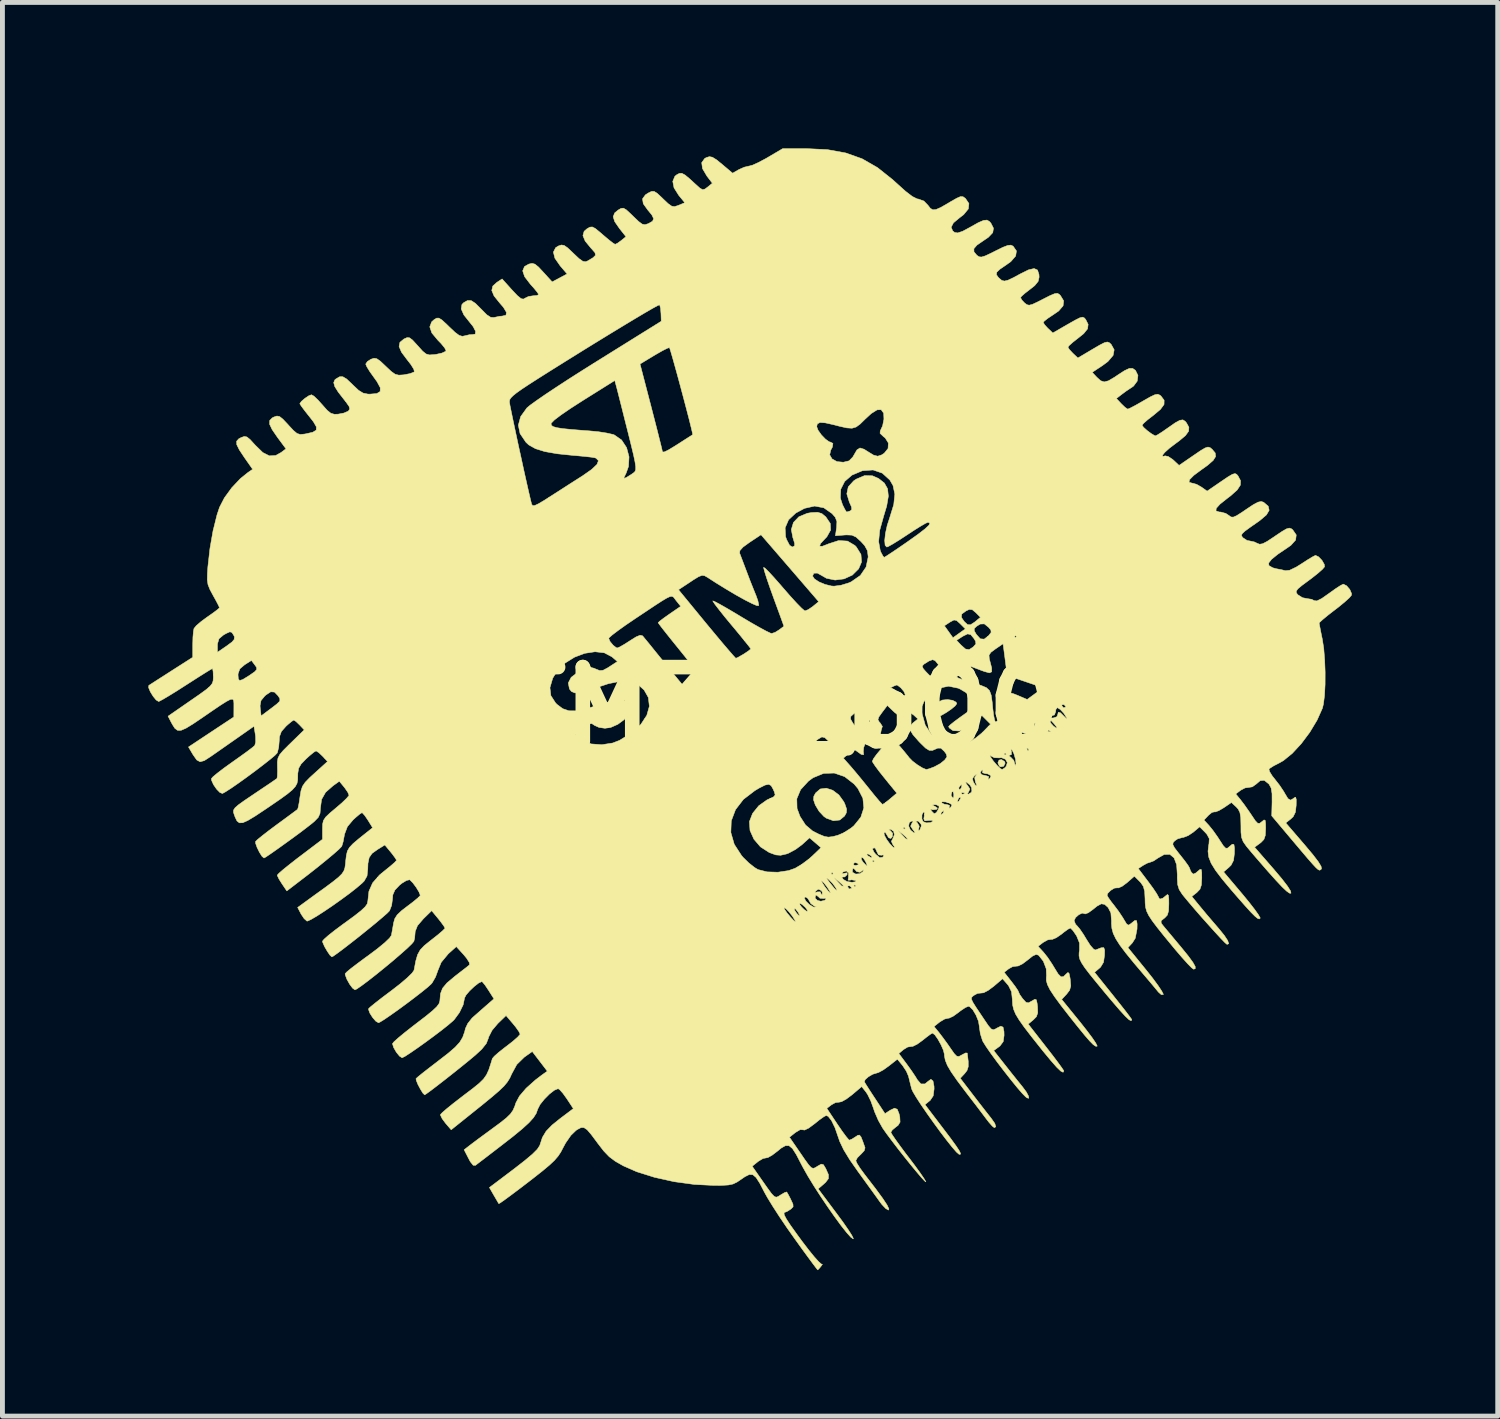
<source format=kicad_pcb>
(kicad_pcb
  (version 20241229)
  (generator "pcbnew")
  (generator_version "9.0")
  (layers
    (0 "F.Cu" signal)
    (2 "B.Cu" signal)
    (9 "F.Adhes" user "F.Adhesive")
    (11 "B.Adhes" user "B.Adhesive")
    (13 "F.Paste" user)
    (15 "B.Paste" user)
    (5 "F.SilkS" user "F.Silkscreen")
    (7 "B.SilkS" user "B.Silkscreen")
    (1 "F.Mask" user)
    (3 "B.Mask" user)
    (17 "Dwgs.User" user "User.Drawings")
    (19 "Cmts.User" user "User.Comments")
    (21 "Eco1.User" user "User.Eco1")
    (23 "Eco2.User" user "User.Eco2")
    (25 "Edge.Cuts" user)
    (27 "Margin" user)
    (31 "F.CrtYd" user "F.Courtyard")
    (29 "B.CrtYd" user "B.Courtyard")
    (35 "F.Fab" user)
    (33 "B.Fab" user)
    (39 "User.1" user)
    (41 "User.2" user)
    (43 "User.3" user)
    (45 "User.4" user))
  (footprint "STM32_600"
    (layer "F.Cu")
    (at 12.342 11.498)
    (property "Reference" "STM32_600" (at 0 0 0) (layer "F.SilkS") (effects (font (size 1.524 1.524) (thickness 0.3))))
    (attr through_hole)
    (fp_poly (pts (xy 5.762 0.622) (xy 5.783 0.676) (xy 5.764 0.694) (xy 5.707 0.691) (xy 5.693 0.675) (xy 5.683 0.615) (xy 5.724 0.599) (xy 5.762 0.622)) (stroke (width 0.01) (type solid)) (fill yes) (layer "F.SilkS"))
    (fp_poly (pts (xy 5.259 1.107) (xy 5.271 1.14) (xy 5.241 1.203) (xy 5.18 1.217) (xy 5.151 1.2) (xy 5.121 1.133) (xy 5.145 1.077) (xy 5.196 1.066) (xy 5.259 1.107)) (stroke (width 0.01) (type solid)) (fill yes) (layer "F.SilkS"))
    (fp_poly (pts (xy 6.004 0.36) (xy 6.011 0.379) (xy 5.983 0.434) (xy 5.929 0.447) (xy 5.911 0.436) (xy 5.886 0.375) (xy 5.931 0.34) (xy 5.948 0.339) (xy 6.004 0.36)) (stroke (width 0.01) (type solid)) (fill yes) (layer "F.SilkS"))
    (fp_poly (pts (xy 4.192 -0.151) (xy 4.262 -0.114) (xy 4.276 -0.082) (xy 4.244 -0.038) (xy 4.166 0.027) (xy 4.065 0.097) (xy 3.967 0.154) (xy 3.897 0.184) (xy 3.879 0.182) (xy 3.854 0.11) (xy 3.857 0.005) (xy 3.884 -0.091) (xy 3.903 -0.119) (xy 3.981 -0.157) (xy 4.088 -0.167) (xy 4.192 -0.151)) (stroke (width 0.01) (type solid)) (fill yes) (layer "F.SilkS"))
    (fp_poly (pts (xy 1.727 1.698) (xy 1.853 1.793) (xy 1.955 1.935) (xy 1.976 1.98) (xy 2.012 2.085) (xy 2.007 2.159) (xy 1.97 2.227) (xy 1.871 2.309) (xy 1.74 2.324) (xy 1.595 2.271) (xy 1.546 2.237) (xy 1.447 2.131) (xy 1.37 2.003) (xy 1.368 2) (xy 1.332 1.894) (xy 1.338 1.82) (xy 1.375 1.753) (xy 1.47 1.671) (xy 1.594 1.655) (xy 1.727 1.698)) (stroke (width 0.01) (type solid)) (fill yes) (layer "F.SilkS"))
    (fp_poly (pts (xy 1.185 -11.493) (xy 1.618 -11.472) (xy 1.994 -11.404) (xy 2.331 -11.284) (xy 2.645 -11.104) (xy 2.956 -10.857) (xy 3.034 -10.786) (xy 3.223 -10.616) (xy 3.363 -10.509) (xy 3.461 -10.46) (xy 3.488 -10.456) (xy 3.601 -10.415) (xy 3.682 -10.331) (xy 3.733 -10.266) (xy 3.784 -10.235) (xy 3.85 -10.241) (xy 3.95 -10.285) (xy 4.101 -10.372) (xy 4.147 -10.4) (xy 4.275 -10.473) (xy 4.353 -10.507) (xy 4.405 -10.504) (xy 4.452 -10.471) (xy 4.454 -10.47) (xy 4.526 -10.364) (xy 4.514 -10.253) (xy 4.418 -10.136) (xy 4.337 -10.074) (xy 4.208 -9.967) (xy 4.161 -9.877) (xy 4.193 -9.801) (xy 4.234 -9.769) (xy 4.296 -9.76) (xy 4.398 -9.794) (xy 4.552 -9.877) (xy 4.559 -9.881) (xy 4.719 -9.971) (xy 4.826 -10.017) (xy 4.897 -10.024) (xy 4.949 -9.994) (xy 4.979 -9.959) (xy 5.031 -9.857) (xy 5.016 -9.765) (xy 4.927 -9.671) (xy 4.826 -9.602) (xy 4.691 -9.509) (xy 4.628 -9.436) (xy 4.63 -9.371) (xy 4.689 -9.301) (xy 4.733 -9.27) (xy 4.783 -9.264) (xy 4.86 -9.287) (xy 4.982 -9.344) (xy 5.067 -9.387) (xy 5.223 -9.464) (xy 5.324 -9.503) (xy 5.388 -9.509) (xy 5.434 -9.488) (xy 5.436 -9.486) (xy 5.503 -9.39) (xy 5.487 -9.285) (xy 5.388 -9.171) (xy 5.292 -9.102) (xy 5.163 -9.014) (xy 5.099 -8.953) (xy 5.091 -8.901) (xy 5.132 -8.844) (xy 5.147 -8.83) (xy 5.199 -8.785) (xy 5.255 -8.77) (xy 5.33 -8.788) (xy 5.446 -8.843) (xy 5.576 -8.914) (xy 5.749 -9) (xy 5.866 -9.028) (xy 5.936 -8.997) (xy 5.966 -8.906) (xy 5.969 -8.85) (xy 5.949 -8.763) (xy 5.879 -8.677) (xy 5.779 -8.598) (xy 5.674 -8.517) (xy 5.604 -8.454) (xy 5.588 -8.428) (xy 5.616 -8.378) (xy 5.671 -8.32) (xy 5.717 -8.285) (xy 5.764 -8.274) (xy 5.833 -8.292) (xy 5.944 -8.344) (xy 6.047 -8.397) (xy 6.195 -8.472) (xy 6.288 -8.511) (xy 6.345 -8.518) (xy 6.384 -8.497) (xy 6.408 -8.472) (xy 6.474 -8.364) (xy 6.462 -8.261) (xy 6.372 -8.156) (xy 6.265 -8.082) (xy 6.152 -8.007) (xy 6.075 -7.947) (xy 6.054 -7.92) (xy 6.082 -7.872) (xy 6.149 -7.799) (xy 6.153 -7.796) (xy 6.251 -7.703) (xy 6.56 -7.882) (xy 6.711 -7.967) (xy 6.806 -8.015) (xy 6.863 -8.028) (xy 6.9 -8.012) (xy 6.927 -7.98) (xy 6.977 -7.88) (xy 6.965 -7.788) (xy 6.885 -7.689) (xy 6.773 -7.599) (xy 6.663 -7.513) (xy 6.586 -7.444) (xy 6.562 -7.412) (xy 6.59 -7.364) (xy 6.658 -7.291) (xy 6.664 -7.285) (xy 6.766 -7.189) (xy 7.069 -7.369) (xy 7.218 -7.456) (xy 7.312 -7.504) (xy 7.371 -7.518) (xy 7.413 -7.503) (xy 7.451 -7.468) (xy 7.512 -7.358) (xy 7.49 -7.241) (xy 7.384 -7.117) (xy 7.274 -7.035) (xy 7.061 -6.894) (xy 7.157 -6.791) (xy 7.235 -6.721) (xy 7.307 -6.697) (xy 7.395 -6.72) (xy 7.52 -6.794) (xy 7.583 -6.837) (xy 7.727 -6.93) (xy 7.824 -6.975) (xy 7.891 -6.975) (xy 7.948 -6.936) (xy 7.95 -6.934) (xy 8.001 -6.831) (xy 7.986 -6.713) (xy 7.911 -6.612) (xy 7.885 -6.593) (xy 7.762 -6.511) (xy 7.663 -6.438) (xy 7.558 -6.356) (xy 7.66 -6.247) (xy 7.736 -6.174) (xy 7.788 -6.139) (xy 7.792 -6.138) (xy 7.84 -6.158) (xy 7.942 -6.211) (xy 8.076 -6.287) (xy 8.11 -6.307) (xy 8.256 -6.39) (xy 8.349 -6.434) (xy 8.408 -6.444) (xy 8.452 -6.425) (xy 8.475 -6.406) (xy 8.539 -6.321) (xy 8.537 -6.233) (xy 8.463 -6.132) (xy 8.319 -6.011) (xy 8.202 -5.921) (xy 8.118 -5.847) (xy 8.086 -5.807) (xy 8.086 -5.806) (xy 8.116 -5.764) (xy 8.189 -5.698) (xy 8.275 -5.634) (xy 8.345 -5.593) (xy 8.362 -5.588) (xy 8.407 -5.611) (xy 8.501 -5.671) (xy 8.622 -5.755) (xy 8.625 -5.757) (xy 8.768 -5.857) (xy 8.862 -5.908) (xy 8.924 -5.917) (xy 8.971 -5.888) (xy 9 -5.853) (xy 9.048 -5.765) (xy 9.043 -5.684) (xy 8.978 -5.594) (xy 8.847 -5.484) (xy 8.784 -5.438) (xy 8.647 -5.334) (xy 8.552 -5.248) (xy 8.505 -5.189) (xy 8.514 -5.166) (xy 8.562 -5.177) (xy 8.625 -5.163) (xy 8.712 -5.105) (xy 8.731 -5.089) (xy 8.846 -4.981) (xy 9.143 -5.185) (xy 9.288 -5.284) (xy 9.381 -5.339) (xy 9.44 -5.358) (xy 9.484 -5.346) (xy 9.525 -5.313) (xy 9.589 -5.237) (xy 9.598 -5.164) (xy 9.547 -5.083) (xy 9.43 -4.981) (xy 9.312 -4.897) (xy 9.149 -4.776) (xy 9.062 -4.688) (xy 9.051 -4.635) (xy 9.117 -4.615) (xy 9.129 -4.614) (xy 9.208 -4.591) (xy 9.306 -4.535) (xy 9.309 -4.533) (xy 9.423 -4.452) (xy 9.71 -4.649) (xy 9.852 -4.745) (xy 9.942 -4.798) (xy 9.996 -4.813) (xy 10.031 -4.797) (xy 10.058 -4.765) (xy 10.11 -4.667) (xy 10.106 -4.575) (xy 10.041 -4.476) (xy 9.909 -4.358) (xy 9.839 -4.305) (xy 9.687 -4.184) (xy 9.61 -4.098) (xy 9.605 -4.045) (xy 9.672 -4.023) (xy 9.704 -4.022) (xy 9.806 -3.994) (xy 9.87 -3.952) (xy 9.913 -3.921) (xy 9.96 -3.917) (xy 10.029 -3.947) (xy 10.138 -4.016) (xy 10.227 -4.077) (xy 10.373 -4.174) (xy 10.469 -4.225) (xy 10.534 -4.239) (xy 10.585 -4.223) (xy 10.587 -4.221) (xy 10.679 -4.142) (xy 10.698 -4.058) (xy 10.642 -3.963) (xy 10.508 -3.849) (xy 10.466 -3.819) (xy 10.304 -3.706) (xy 10.2 -3.63) (xy 10.146 -3.58) (xy 10.129 -3.546) (xy 10.141 -3.516) (xy 10.159 -3.494) (xy 10.243 -3.439) (xy 10.293 -3.429) (xy 10.395 -3.407) (xy 10.453 -3.379) (xy 10.503 -3.36) (xy 10.566 -3.371) (xy 10.658 -3.419) (xy 10.797 -3.511) (xy 10.82 -3.527) (xy 10.963 -3.623) (xy 11.054 -3.676) (xy 11.113 -3.692) (xy 11.156 -3.678) (xy 11.184 -3.655) (xy 11.255 -3.552) (xy 11.242 -3.446) (xy 11.145 -3.338) (xy 11.081 -3.293) (xy 10.878 -3.156) (xy 10.748 -3.051) (xy 10.688 -2.974) (xy 10.693 -2.923) (xy 10.694 -2.921) (xy 10.772 -2.876) (xy 10.843 -2.857) (xy 10.962 -2.834) (xy 11.028 -2.817) (xy 11.118 -2.825) (xy 11.257 -2.892) (xy 11.367 -2.961) (xy 11.495 -3.044) (xy 11.597 -3.105) (xy 11.65 -3.131) (xy 11.652 -3.131) (xy 11.715 -3.101) (xy 11.784 -3.029) (xy 11.831 -2.947) (xy 11.837 -2.897) (xy 11.794 -2.846) (xy 11.699 -2.762) (xy 11.57 -2.66) (xy 11.515 -2.619) (xy 11.373 -2.514) (xy 11.289 -2.444) (xy 11.255 -2.396) (xy 11.259 -2.359) (xy 11.287 -2.322) (xy 11.384 -2.261) (xy 11.47 -2.244) (xy 11.571 -2.228) (xy 11.627 -2.2) (xy 11.68 -2.195) (xy 11.78 -2.245) (xy 11.927 -2.348) (xy 12.055 -2.44) (xy 12.159 -2.508) (xy 12.219 -2.539) (xy 12.223 -2.54) (xy 12.291 -2.506) (xy 12.356 -2.43) (xy 12.392 -2.346) (xy 12.39 -2.312) (xy 12.347 -2.26) (xy 12.252 -2.174) (xy 12.122 -2.067) (xy 12.046 -2.009) (xy 11.908 -1.902) (xy 11.8 -1.813) (xy 11.737 -1.755) (xy 11.726 -1.741) (xy 11.735 -1.689) (xy 11.756 -1.578) (xy 11.786 -1.431) (xy 11.789 -1.418) (xy 11.82 -1.222) (xy 11.839 -0.985) (xy 11.849 -0.73) (xy 11.848 -0.477) (xy 11.836 -0.25) (xy 11.813 -0.071) (xy 11.793 0.011) (xy 11.683 0.257) (xy 11.533 0.506) (xy 11.358 0.74) (xy 11.173 0.94) (xy 10.991 1.088) (xy 10.905 1.137) (xy 10.79 1.196) (xy 10.712 1.246) (xy 10.694 1.263) (xy 10.706 1.313) (xy 10.761 1.402) (xy 10.811 1.465) (xy 10.911 1.593) (xy 10.998 1.723) (xy 11.023 1.767) (xy 11.085 1.87) (xy 11.138 1.9) (xy 11.198 1.866) (xy 11.211 1.854) (xy 11.241 1.839) (xy 11.255 1.885) (xy 11.254 2.004) (xy 11.254 2.004) (xy 11.238 2.147) (xy 11.193 2.24) (xy 11.143 2.287) (xy 11.04 2.369) (xy 11.428 2.82) (xy 11.596 3.02) (xy 11.707 3.165) (xy 11.765 3.26) (xy 11.775 3.311) (xy 11.771 3.317) (xy 11.752 3.334) (xy 11.733 3.341) (xy 11.705 3.328) (xy 11.661 3.289) (xy 11.593 3.216) (xy 11.492 3.101) (xy 11.352 2.936) (xy 11.179 2.731) (xy 10.751 2.223) (xy 10.758 1.937) (xy 10.757 1.765) (xy 10.739 1.653) (xy 10.699 1.578) (xy 10.689 1.566) (xy 10.598 1.493) (xy 10.514 1.5) (xy 10.433 1.569) (xy 10.352 1.627) (xy 10.284 1.638) (xy 10.203 1.649) (xy 10.114 1.696) (xy 10.012 1.773) (xy 10.109 1.892) (xy 10.189 1.997) (xy 10.286 2.135) (xy 10.338 2.212) (xy 10.414 2.325) (xy 10.463 2.376) (xy 10.504 2.377) (xy 10.548 2.343) (xy 10.593 2.307) (xy 10.617 2.317) (xy 10.625 2.386) (xy 10.626 2.488) (xy 10.619 2.625) (xy 10.59 2.709) (xy 10.528 2.773) (xy 10.512 2.785) (xy 10.399 2.868) (xy 10.793 3.321) (xy 10.958 3.516) (xy 11.074 3.667) (xy 11.138 3.768) (xy 11.147 3.814) (xy 11.116 3.813) (xy 11.057 3.771) (xy 10.966 3.685) (xy 10.837 3.548) (xy 10.666 3.357) (xy 10.448 3.106) (xy 10.339 2.979) (xy 10.23 2.848) (xy 10.164 2.753) (xy 10.131 2.667) (xy 10.119 2.561) (xy 10.118 2.425) (xy 10.114 2.261) (xy 10.097 2.156) (xy 10.062 2.085) (xy 10.021 2.04) (xy 9.923 1.949) (xy 9.766 2.056) (xy 9.664 2.116) (xy 9.59 2.143) (xy 9.573 2.141) (xy 9.522 2.153) (xy 9.45 2.212) (xy 9.448 2.215) (xy 9.358 2.31) (xy 9.459 2.419) (xy 9.541 2.52) (xy 9.637 2.655) (xy 9.684 2.728) (xy 9.757 2.84) (xy 9.805 2.889) (xy 9.844 2.887) (xy 9.875 2.861) (xy 9.939 2.807) (xy 9.974 2.812) (xy 9.985 2.886) (xy 9.984 2.993) (xy 9.966 3.139) (xy 9.916 3.237) (xy 9.869 3.284) (xy 9.762 3.376) (xy 10.149 3.834) (xy 10.286 4.001) (xy 10.398 4.145) (xy 10.477 4.256) (xy 10.513 4.319) (xy 10.513 4.328) (xy 10.494 4.343) (xy 10.46 4.331) (xy 10.406 4.287) (xy 10.323 4.204) (xy 10.205 4.074) (xy 10.044 3.891) (xy 9.922 3.75) (xy 9.732 3.523) (xy 9.595 3.343) (xy 9.505 3.197) (xy 9.456 3.071) (xy 9.441 2.952) (xy 9.455 2.827) (xy 9.461 2.796) (xy 9.467 2.692) (xy 9.419 2.603) (xy 9.379 2.559) (xy 9.269 2.449) (xy 9.14 2.558) (xy 9.034 2.629) (xy 8.938 2.666) (xy 8.922 2.667) (xy 8.82 2.695) (xy 8.759 2.735) (xy 8.723 2.774) (xy 8.719 2.817) (xy 8.754 2.882) (xy 8.834 2.986) (xy 8.872 3.033) (xy 8.965 3.151) (xy 9.032 3.244) (xy 9.06 3.292) (xy 9.06 3.293) (xy 9.081 3.351) (xy 9.1 3.385) (xy 9.138 3.421) (xy 9.189 3.399) (xy 9.226 3.368) (xy 9.277 3.325) (xy 9.303 3.327) (xy 9.312 3.388) (xy 9.313 3.504) (xy 9.305 3.645) (xy 9.275 3.733) (xy 9.211 3.8) (xy 9.108 3.881) (xy 9.285 4.096) (xy 9.411 4.248) (xy 9.558 4.42) (xy 9.663 4.542) (xy 9.775 4.68) (xy 9.845 4.786) (xy 9.867 4.851) (xy 9.836 4.865) (xy 9.825 4.861) (xy 9.785 4.826) (xy 9.701 4.739) (xy 9.586 4.614) (xy 9.451 4.464) (xy 9.307 4.303) (xy 9.167 4.142) (xy 9.043 3.996) (xy 8.945 3.878) (xy 8.91 3.834) (xy 8.848 3.737) (xy 8.817 3.636) (xy 8.809 3.499) (xy 8.81 3.433) (xy 8.796 3.228) (xy 8.743 3.087) (xy 8.656 3.015) (xy 8.541 3.018) (xy 8.413 3.09) (xy 8.324 3.15) (xy 8.258 3.175) (xy 8.257 3.175) (xy 8.189 3.197) (xy 8.109 3.241) (xy 8.008 3.307) (xy 8.216 3.582) (xy 8.313 3.714) (xy 8.386 3.823) (xy 8.422 3.889) (xy 8.424 3.897) (xy 8.45 3.935) (xy 8.514 3.915) (xy 8.569 3.87) (xy 8.607 3.84) (xy 8.627 3.857) (xy 8.635 3.934) (xy 8.636 4.035) (xy 8.63 4.178) (xy 8.606 4.263) (xy 8.554 4.319) (xy 8.541 4.329) (xy 8.477 4.381) (xy 8.479 4.429) (xy 8.511 4.472) (xy 8.564 4.536) (xy 8.658 4.648) (xy 8.777 4.791) (xy 8.882 4.916) (xy 9.034 5.103) (xy 9.131 5.236) (xy 9.178 5.321) (xy 9.178 5.366) (xy 9.144 5.376) (xy 9.103 5.345) (xy 9.02 5.26) (xy 8.906 5.133) (xy 8.772 4.977) (xy 8.733 4.93) (xy 8.541 4.697) (xy 8.397 4.517) (xy 8.293 4.379) (xy 8.223 4.272) (xy 8.18 4.184) (xy 8.158 4.104) (xy 8.149 4.019) (xy 8.147 3.93) (xy 8.139 3.776) (xy 8.112 3.674) (xy 8.058 3.595) (xy 8.036 3.572) (xy 7.928 3.464) (xy 7.775 3.598) (xy 7.677 3.671) (xy 7.6 3.705) (xy 7.576 3.703) (xy 7.518 3.709) (xy 7.441 3.755) (xy 7.38 3.817) (xy 7.366 3.855) (xy 7.391 3.903) (xy 7.454 3.992) (xy 7.504 4.055) (xy 7.603 4.186) (xy 7.69 4.317) (xy 7.716 4.361) (xy 7.769 4.448) (xy 7.809 4.47) (xy 7.859 4.437) (xy 7.868 4.429) (xy 7.937 4.374) (xy 7.973 4.377) (xy 7.984 4.447) (xy 7.982 4.55) (xy 7.946 4.739) (xy 7.885 4.836) (xy 7.795 4.932) (xy 8.171 5.394) (xy 8.305 5.563) (xy 8.414 5.711) (xy 8.489 5.824) (xy 8.522 5.889) (xy 8.521 5.898) (xy 8.481 5.899) (xy 8.419 5.844) (xy 8.415 5.838) (xy 8.346 5.754) (xy 8.244 5.632) (xy 8.136 5.505) (xy 7.918 5.248) (xy 7.752 5.044) (xy 7.629 4.881) (xy 7.545 4.749) (xy 7.492 4.638) (xy 7.465 4.537) (xy 7.456 4.436) (xy 7.457 4.383) (xy 7.444 4.217) (xy 7.387 4.107) (xy 7.316 4.043) (xy 7.247 4.032) (xy 7.16 4.079) (xy 7.072 4.15) (xy 6.98 4.216) (xy 6.915 4.24) (xy 6.9 4.233) (xy 6.854 4.223) (xy 6.783 4.257) (xy 6.718 4.315) (xy 6.689 4.377) (xy 6.689 4.379) (xy 6.718 4.451) (xy 6.752 4.487) (xy 6.806 4.551) (xy 6.882 4.662) (xy 6.947 4.77) (xy 7.022 4.887) (xy 7.089 4.963) (xy 7.127 4.981) (xy 7.242 4.936) (xy 7.298 4.932) (xy 7.316 4.98) (xy 7.314 5.087) (xy 7.293 5.234) (xy 7.233 5.333) (xy 7.209 5.355) (xy 7.109 5.44) (xy 7.491 5.916) (xy 7.627 6.087) (xy 7.742 6.233) (xy 7.826 6.343) (xy 7.87 6.405) (xy 7.874 6.413) (xy 7.861 6.436) (xy 7.817 6.414) (xy 7.74 6.341) (xy 7.623 6.213) (xy 7.462 6.026) (xy 7.34 5.881) (xy 7.15 5.651) (xy 7.008 5.476) (xy 6.907 5.344) (xy 6.842 5.245) (xy 6.805 5.169) (xy 6.79 5.103) (xy 6.791 5.039) (xy 6.799 4.985) (xy 6.799 4.837) (xy 6.742 4.696) (xy 6.731 4.678) (xy 6.668 4.586) (xy 6.619 4.534) (xy 6.61 4.53) (xy 6.563 4.554) (xy 6.476 4.617) (xy 6.427 4.657) (xy 6.324 4.728) (xy 6.241 4.763) (xy 6.216 4.763) (xy 6.146 4.773) (xy 6.055 4.824) (xy 6.054 4.824) (xy 5.948 4.906) (xy 6.058 5.025) (xy 6.144 5.133) (xy 6.239 5.275) (xy 6.281 5.345) (xy 6.36 5.473) (xy 6.418 5.532) (xy 6.468 5.53) (xy 6.525 5.475) (xy 6.562 5.442) (xy 6.585 5.463) (xy 6.604 5.551) (xy 6.61 5.592) (xy 6.62 5.721) (xy 6.596 5.808) (xy 6.535 5.888) (xy 6.433 5.997) (xy 6.815 6.467) (xy 6.948 6.636) (xy 7.057 6.781) (xy 7.131 6.89) (xy 7.162 6.951) (xy 7.161 6.96) (xy 7.131 6.959) (xy 7.082 6.926) (xy 7.008 6.851) (xy 6.903 6.73) (xy 6.759 6.553) (xy 6.597 6.35) (xy 6.416 6.117) (xy 6.284 5.937) (xy 6.194 5.8) (xy 6.141 5.694) (xy 6.117 5.609) (xy 6.118 5.534) (xy 6.121 5.515) (xy 6.115 5.367) (xy 6.056 5.212) (xy 5.96 5.09) (xy 5.959 5.089) (xy 5.908 5.072) (xy 5.837 5.104) (xy 5.734 5.186) (xy 5.628 5.266) (xy 5.538 5.31) (xy 5.503 5.313) (xy 5.425 5.323) (xy 5.345 5.367) (xy 5.251 5.44) (xy 5.398 5.626) (xy 5.479 5.733) (xy 5.533 5.813) (xy 5.546 5.842) (xy 5.569 5.894) (xy 5.627 5.977) (xy 5.633 5.984) (xy 5.698 6.056) (xy 5.749 6.068) (xy 5.819 6.03) (xy 5.881 5.994) (xy 5.912 6.004) (xy 5.928 6.075) (xy 5.937 6.147) (xy 5.941 6.273) (xy 5.913 6.353) (xy 5.851 6.416) (xy 5.745 6.504) (xy 6.111 6.973) (xy 6.243 7.143) (xy 6.354 7.29) (xy 6.434 7.4) (xy 6.474 7.46) (xy 6.477 7.467) (xy 6.462 7.495) (xy 6.415 7.471) (xy 6.332 7.392) (xy 6.209 7.252) (xy 6.041 7.049) (xy 5.999 6.996) (xy 5.806 6.753) (xy 5.661 6.564) (xy 5.557 6.417) (xy 5.487 6.301) (xy 5.446 6.203) (xy 5.425 6.113) (xy 5.419 6.019) (xy 5.419 6.003) (xy 5.402 5.84) (xy 5.342 5.717) (xy 5.319 5.688) (xy 5.218 5.572) (xy 5.035 5.728) (xy 4.923 5.811) (xy 4.829 5.86) (xy 4.786 5.865) (xy 4.704 5.873) (xy 4.636 5.909) (xy 4.599 5.936) (xy 4.579 5.961) (xy 4.58 5.998) (xy 4.609 6.059) (xy 4.671 6.158) (xy 4.771 6.307) (xy 4.84 6.41) (xy 4.926 6.537) (xy 4.983 6.603) (xy 5.027 6.622) (xy 5.075 6.603) (xy 5.099 6.588) (xy 5.182 6.547) (xy 5.228 6.567) (xy 5.247 6.657) (xy 5.249 6.735) (xy 5.231 6.865) (xy 5.165 6.954) (xy 5.143 6.971) (xy 5.036 7.049) (xy 5.269 7.345) (xy 5.393 7.502) (xy 5.515 7.655) (xy 5.612 7.775) (xy 5.63 7.797) (xy 5.708 7.903) (xy 5.751 7.985) (xy 5.757 8.029) (xy 5.721 8.021) (xy 5.693 8) (xy 5.622 7.928) (xy 5.515 7.804) (xy 5.386 7.645) (xy 5.245 7.465) (xy 5.105 7.282) (xy 4.979 7.11) (xy 4.879 6.966) (xy 4.816 6.865) (xy 4.805 6.843) (xy 4.761 6.703) (xy 4.741 6.567) (xy 4.741 6.557) (xy 4.722 6.444) (xy 4.672 6.32) (xy 4.607 6.211) (xy 4.541 6.146) (xy 4.515 6.138) (xy 4.454 6.164) (xy 4.359 6.227) (xy 4.308 6.267) (xy 4.205 6.341) (xy 4.121 6.381) (xy 4.096 6.384) (xy 4.028 6.4) (xy 3.935 6.455) (xy 3.925 6.462) (xy 3.809 6.554) (xy 3.908 6.674) (xy 3.989 6.78) (xy 4.089 6.917) (xy 4.145 6.998) (xy 4.224 7.111) (xy 4.276 7.164) (xy 4.321 7.17) (xy 4.379 7.139) (xy 4.385 7.135) (xy 4.459 7.097) (xy 4.492 7.1) (xy 4.512 7.27) (xy 4.512 7.381) (xy 4.487 7.458) (xy 4.439 7.521) (xy 4.348 7.618) (xy 4.616 7.968) (xy 4.74 8.129) (xy 4.856 8.278) (xy 4.947 8.394) (xy 4.982 8.438) (xy 5.058 8.546) (xy 5.079 8.615) (xy 5.048 8.634) (xy 5.007 8.602) (xy 4.936 8.521) (xy 4.884 8.454) (xy 4.803 8.346) (xy 4.687 8.193) (xy 4.553 8.019) (xy 4.453 7.889) (xy 4.284 7.664) (xy 4.163 7.49) (xy 4.084 7.356) (xy 4.04 7.247) (xy 4.022 7.153) (xy 4.022 7.127) (xy 4.002 7.043) (xy 3.953 6.931) (xy 3.89 6.817) (xy 3.827 6.727) (xy 3.779 6.689) (xy 3.777 6.689) (xy 3.735 6.713) (xy 3.649 6.777) (xy 3.574 6.837) (xy 3.465 6.916) (xy 3.375 6.961) (xy 3.337 6.965) (xy 3.267 6.976) (xy 3.183 7.027) (xy 3.085 7.109) (xy 3.252 7.333) (xy 3.347 7.465) (xy 3.426 7.583) (xy 3.468 7.652) (xy 3.54 7.734) (xy 3.623 7.734) (xy 3.683 7.684) (xy 3.745 7.639) (xy 3.788 7.674) (xy 3.809 7.785) (xy 3.81 7.838) (xy 3.792 7.98) (xy 3.729 8.074) (xy 3.716 8.084) (xy 3.623 8.16) (xy 3.991 8.644) (xy 4.151 8.855) (xy 4.262 9.008) (xy 4.328 9.108) (xy 4.355 9.165) (xy 4.346 9.184) (xy 4.321 9.179) (xy 4.271 9.136) (xy 4.184 9.036) (xy 4.07 8.893) (xy 3.939 8.721) (xy 3.801 8.532) (xy 3.665 8.341) (xy 3.542 8.162) (xy 3.442 8.008) (xy 3.374 7.893) (xy 3.349 7.838) (xy 3.315 7.703) (xy 3.286 7.584) (xy 3.285 7.578) (xy 3.24 7.473) (xy 3.165 7.359) (xy 3.157 7.349) (xy 3.056 7.226) (xy 2.879 7.365) (xy 2.766 7.446) (xy 2.67 7.498) (xy 2.632 7.51) (xy 2.549 7.535) (xy 2.46 7.587) (xy 2.393 7.646) (xy 2.377 7.691) (xy 2.406 7.74) (xy 2.47 7.841) (xy 2.558 7.976) (xy 2.597 8.035) (xy 2.801 8.345) (xy 2.908 8.275) (xy 2.996 8.233) (xy 3.053 8.255) (xy 3.091 8.35) (xy 3.105 8.414) (xy 3.111 8.519) (xy 3.069 8.587) (xy 3.026 8.619) (xy 2.951 8.681) (xy 2.921 8.728) (xy 2.946 8.775) (xy 3.013 8.874) (xy 3.114 9.014) (xy 3.238 9.181) (xy 3.281 9.236) (xy 3.411 9.408) (xy 3.521 9.559) (xy 3.599 9.673) (xy 3.638 9.739) (xy 3.641 9.747) (xy 3.617 9.731) (xy 3.551 9.66) (xy 3.454 9.546) (xy 3.335 9.402) (xy 3.203 9.238) (xy 3.069 9.068) (xy 2.943 8.903) (xy 2.833 8.756) (xy 2.753 8.642) (xy 2.664 8.484) (xy 2.586 8.304) (xy 2.564 8.236) (xy 2.509 8.085) (xy 2.444 7.952) (xy 2.411 7.902) (xy 2.322 7.789) (xy 2.12 7.96) (xy 2.005 8.046) (xy 1.909 8.099) (xy 1.859 8.109) (xy 1.785 8.117) (xy 1.702 8.162) (xy 1.605 8.237) (xy 1.822 8.563) (xy 1.92 8.706) (xy 2.002 8.817) (xy 2.056 8.881) (xy 2.069 8.89) (xy 2.122 8.868) (xy 2.192 8.824) (xy 2.243 8.79) (xy 2.277 8.786) (xy 2.308 8.824) (xy 2.345 8.917) (xy 2.391 9.047) (xy 2.374 9.107) (xy 2.307 9.179) (xy 2.305 9.18) (xy 2.232 9.253) (xy 2.201 9.313) (xy 2.201 9.313) (xy 2.226 9.369) (xy 2.291 9.471) (xy 2.384 9.598) (xy 2.405 9.625) (xy 2.606 9.886) (xy 2.752 10.085) (xy 2.844 10.224) (xy 2.882 10.305) (xy 2.872 10.328) (xy 2.815 10.295) (xy 2.738 10.213) (xy 2.704 10.169) (xy 2.637 10.075) (xy 2.534 9.932) (xy 2.407 9.757) (xy 2.271 9.569) (xy 2.253 9.545) (xy 2.077 9.293) (xy 1.952 9.088) (xy 1.87 8.916) (xy 1.839 8.826) (xy 1.773 8.635) (xy 1.702 8.488) (xy 1.633 8.401) (xy 1.593 8.383) (xy 1.544 8.408) (xy 1.452 8.473) (xy 1.357 8.55) (xy 1.233 8.642) (xy 1.147 8.683) (xy 1.117 8.678) (xy 1.058 8.674) (xy 0.962 8.731) (xy 0.958 8.734) (xy 0.837 8.83) (xy 1.04 9.125) (xy 1.154 9.291) (xy 1.231 9.397) (xy 1.284 9.454) (xy 1.325 9.47) (xy 1.365 9.457) (xy 1.415 9.425) (xy 1.49 9.383) (xy 1.535 9.394) (xy 1.581 9.47) (xy 1.586 9.48) (xy 1.639 9.6) (xy 1.638 9.681) (xy 1.581 9.757) (xy 1.539 9.795) (xy 1.427 9.891) (xy 1.813 10.407) (xy 1.943 10.584) (xy 2.047 10.734) (xy 2.119 10.847) (xy 2.15 10.91) (xy 2.147 10.92) (xy 2.097 10.884) (xy 2.012 10.789) (xy 1.898 10.645) (xy 1.766 10.465) (xy 1.624 10.262) (xy 1.479 10.047) (xy 1.34 9.832) (xy 1.216 9.629) (xy 1.115 9.45) (xy 1.079 9.382) (xy 0.978 9.187) (xy 0.899 9.063) (xy 0.828 9.004) (xy 0.755 9.003) (xy 0.667 9.053) (xy 0.589 9.117) (xy 0.481 9.199) (xy 0.394 9.248) (xy 0.357 9.255) (xy 0.295 9.267) (xy 0.205 9.32) (xy 0.19 9.331) (xy 0.071 9.427) (xy 0.275 9.719) (xy 0.391 9.884) (xy 0.469 9.99) (xy 0.523 10.046) (xy 0.564 10.063) (xy 0.605 10.049) (xy 0.658 10.015) (xy 0.738 9.968) (xy 0.781 9.955) (xy 0.781 9.956) (xy 0.807 9.999) (xy 0.854 10.088) (xy 0.865 10.111) (xy 0.909 10.206) (xy 0.912 10.259) (xy 0.872 10.302) (xy 0.86 10.311) (xy 0.787 10.357) (xy 0.751 10.37) (xy 0.725 10.384) (xy 0.73 10.428) (xy 0.772 10.509) (xy 0.855 10.636) (xy 0.983 10.815) (xy 1.094 10.967) (xy 1.227 11.141) (xy 1.344 11.285) (xy 1.436 11.388) (xy 1.493 11.438) (xy 1.505 11.44) (xy 1.514 11.442) (xy 1.486 11.483) (xy 1.436 11.542) (xy 1.417 11.557) (xy 1.39 11.524) (xy 1.321 11.433) (xy 1.219 11.295) (xy 1.091 11.12) (xy 0.946 10.918) (xy 0.941 10.911) (xy 0.78 10.683) (xy 0.626 10.455) (xy 0.49 10.244) (xy 0.383 10.069) (xy 0.326 9.967) (xy 0.228 9.778) (xy 0.151 9.658) (xy 0.083 9.6) (xy 0.011 9.597) (xy -0.078 9.641) (xy -0.146 9.688) (xy -0.241 9.752) (xy -0.324 9.792) (xy -0.42 9.812) (xy -0.556 9.82) (xy -0.71 9.821) (xy -1.116 9.801) (xy -1.534 9.744) (xy -1.938 9.654) (xy -2.304 9.539) (xy -2.579 9.418) (xy -2.742 9.325) (xy -2.868 9.231) (xy -2.982 9.112) (xy -3.111 8.945) (xy -3.12 8.932) (xy -3.238 8.774) (xy -3.322 8.676) (xy -3.388 8.632) (xy -3.449 8.633) (xy -3.521 8.67) (xy -3.551 8.69) (xy -3.657 8.793) (xy -3.765 8.949) (xy -3.813 9.038) (xy -3.864 9.136) (xy -3.921 9.221) (xy -3.994 9.306) (xy -4.096 9.402) (xy -4.238 9.521) (xy -4.432 9.674) (xy -4.533 9.752) (xy -4.724 9.898) (xy -4.892 10.024) (xy -5.024 10.121) (xy -5.11 10.181) (xy -5.139 10.196) (xy -5.164 10.153) (xy -5.216 10.064) (xy -5.24 10.023) (xy -5.331 9.864) (xy -4.825 9.482) (xy -4.604 9.31) (xy -4.447 9.178) (xy -4.347 9.078) (xy -4.298 9.003) (xy -4.291 8.984) (xy -4.242 8.834) (xy -4.165 8.706) (xy -4.043 8.58) (xy -3.882 8.45) (xy -3.606 8.242) (xy -3.74 8.038) (xy -3.82 7.927) (xy -3.887 7.852) (xy -3.919 7.832) (xy -3.995 7.863) (xy -4.097 7.942) (xy -4.202 8.048) (xy -4.29 8.158) (xy -4.338 8.252) (xy -4.34 8.258) (xy -4.369 8.34) (xy -4.426 8.429) (xy -4.519 8.532) (xy -4.657 8.658) (xy -4.848 8.815) (xy -5.1 9.011) (xy -5.104 9.014) (xy -5.277 9.147) (xy -5.428 9.263) (xy -5.544 9.351) (xy -5.61 9.402) (xy -5.617 9.408) (xy -5.665 9.406) (xy -5.725 9.331) (xy -5.759 9.267) (xy -5.851 9.088) (xy -5.751 9.01) (xy -5.675 8.952) (xy -5.551 8.859) (xy -5.397 8.746) (xy -5.292 8.669) (xy -5.109 8.534) (xy -4.983 8.434) (xy -4.9 8.353) (xy -4.847 8.278) (xy -4.81 8.194) (xy -4.787 8.123) (xy -4.714 7.985) (xy -4.577 7.824) (xy -4.387 7.654) (xy -4.259 7.556) (xy -4.141 7.472) (xy -4.45 7.068) (xy -4.615 7.185) (xy -4.768 7.335) (xy -4.873 7.528) (xy -4.913 7.616) (xy -4.963 7.696) (xy -5.032 7.779) (xy -5.133 7.876) (xy -5.276 7.999) (xy -5.471 8.159) (xy -5.541 8.215) (xy -6.117 8.677) (xy -6.234 8.541) (xy -6.303 8.448) (xy -6.337 8.377) (xy -6.337 8.363) (xy -6.299 8.323) (xy -6.207 8.243) (xy -6.072 8.134) (xy -5.908 8.007) (xy -5.86 7.97) (xy -5.674 7.829) (xy -5.543 7.723) (xy -5.453 7.635) (xy -5.391 7.547) (xy -5.344 7.445) (xy -5.3 7.31) (xy -5.27 7.212) (xy -5.231 7.166) (xy -5.141 7.086) (xy -5.016 6.987) (xy -4.977 6.958) (xy -4.849 6.858) (xy -4.752 6.773) (xy -4.703 6.718) (xy -4.7 6.71) (xy -4.726 6.656) (xy -4.791 6.564) (xy -4.845 6.498) (xy -4.989 6.329) (xy -5.158 6.492) (xy -5.277 6.633) (xy -5.346 6.769) (xy -5.353 6.796) (xy -5.395 6.903) (xy -5.489 7.021) (xy -5.621 7.143) (xy -5.749 7.25) (xy -5.904 7.376) (xy -6.073 7.511) (xy -6.243 7.645) (xy -6.4 7.767) (xy -6.531 7.867) (xy -6.623 7.934) (xy -6.662 7.959) (xy -6.698 7.925) (xy -6.749 7.843) (xy -6.801 7.745) (xy -6.835 7.661) (xy -6.84 7.625) (xy -6.8 7.589) (xy -6.707 7.513) (xy -6.571 7.407) (xy -6.408 7.282) (xy -6.376 7.257) (xy -6.177 7.103) (xy -6.036 6.981) (xy -5.941 6.877) (xy -5.88 6.775) (xy -5.84 6.662) (xy -5.824 6.594) (xy -5.776 6.492) (xy -5.689 6.382) (xy -5.661 6.356) (xy -5.535 6.245) (xy -5.402 6.128) (xy -5.381 6.11) (xy -5.238 5.985) (xy -5.35 5.808) (xy -5.419 5.705) (xy -5.472 5.641) (xy -5.487 5.63) (xy -5.551 5.659) (xy -5.642 5.73) (xy -5.738 5.821) (xy -5.812 5.908) (xy -5.842 5.967) (xy -5.871 6.109) (xy -5.948 6.268) (xy -6.053 6.411) (xy -6.082 6.44) (xy -6.179 6.523) (xy -6.315 6.631) (xy -6.476 6.753) (xy -6.646 6.878) (xy -6.811 6.996) (xy -6.955 7.095) (xy -7.064 7.166) (xy -7.124 7.196) (xy -7.127 7.197) (xy -7.179 7.163) (xy -7.244 7.083) (xy -7.299 6.988) (xy -7.324 6.909) (xy -7.324 6.907) (xy -7.292 6.867) (xy -7.203 6.787) (xy -7.071 6.678) (xy -6.907 6.549) (xy -6.837 6.495) (xy -6.64 6.344) (xy -6.502 6.231) (xy -6.414 6.148) (xy -6.367 6.084) (xy -6.35 6.03) (xy -6.349 6.017) (xy -6.337 5.879) (xy -6.294 5.767) (xy -6.205 5.66) (xy -6.057 5.535) (xy -6.039 5.52) (xy -5.91 5.42) (xy -5.805 5.339) (xy -5.745 5.29) (xy -5.74 5.286) (xy -5.744 5.239) (xy -5.798 5.153) (xy -5.856 5.082) (xy -6.011 4.911) (xy -6.176 5.059) (xy -6.322 5.235) (xy -6.388 5.396) (xy -6.439 5.536) (xy -6.508 5.656) (xy -6.53 5.682) (xy -6.604 5.749) (xy -6.724 5.846) (xy -6.875 5.963) (xy -7.042 6.089) (xy -7.211 6.213) (xy -7.368 6.324) (xy -7.497 6.412) (xy -7.584 6.465) (xy -7.611 6.477) (xy -7.666 6.445) (xy -7.732 6.369) (xy -7.789 6.279) (xy -7.816 6.205) (xy -7.813 6.185) (xy -7.772 6.147) (xy -7.676 6.069) (xy -7.539 5.962) (xy -7.374 5.838) (xy -7.343 5.815) (xy -7.163 5.675) (xy -7.019 5.552) (xy -6.921 5.456) (xy -6.881 5.398) (xy -6.845 5.207) (xy -6.807 5.076) (xy -6.753 4.979) (xy -6.671 4.892) (xy -6.545 4.79) (xy -6.519 4.77) (xy -6.392 4.67) (xy -6.296 4.588) (xy -6.247 4.539) (xy -6.244 4.532) (xy -6.269 4.487) (xy -6.332 4.401) (xy -6.381 4.339) (xy -6.518 4.173) (xy -6.688 4.339) (xy -6.81 4.481) (xy -6.857 4.601) (xy -6.858 4.619) (xy -6.868 4.733) (xy -6.884 4.803) (xy -6.926 4.854) (xy -7.02 4.945) (xy -7.154 5.064) (xy -7.314 5.202) (xy -7.488 5.346) (xy -7.662 5.487) (xy -7.824 5.614) (xy -7.959 5.715) (xy -8.055 5.781) (xy -8.096 5.8) (xy -8.144 5.765) (xy -8.206 5.682) (xy -8.262 5.581) (xy -8.295 5.491) (xy -8.297 5.469) (xy -8.265 5.434) (xy -8.176 5.36) (xy -8.042 5.258) (xy -7.878 5.136) (xy -7.83 5.102) (xy -7.636 4.957) (xy -7.484 4.832) (xy -7.384 4.736) (xy -7.346 4.68) (xy -7.328 4.58) (xy -7.305 4.45) (xy -7.303 4.433) (xy -7.278 4.34) (xy -7.228 4.26) (xy -7.136 4.172) (xy -7.052 4.108) (xy 0.729 4.108) (xy 0.73 4.133) (xy 0.741 4.153) (xy 0.79 4.223) (xy 0.86 4.306) (xy 0.925 4.375) (xy 0.963 4.403) (xy 0.952 4.373) (xy 0.905 4.298) (xy 0.89 4.277) (xy 0.823 4.192) (xy 0.765 4.132) (xy 0.759 4.128) (xy 0.937 4.128) (xy 0.946 4.168) (xy 0.987 4.229) (xy 1.032 4.272) (xy 1.043 4.276) (xy 1.037 4.246) (xy 1.007 4.193) (xy 0.961 4.136) (xy 0.937 4.128) (xy 0.759 4.128) (xy 0.729 4.108) (xy -7.052 4.108) (xy -7.015 4.079) (xy -6.969 4.045) (xy 1.047 4.045) (xy 1.085 4.096) (xy 1.142 4.152) (xy 1.194 4.186) (xy 1.202 4.187) (xy 1.207 4.164) (xy 1.164 4.106) (xy 1.095 4.043) (xy 1.052 4.022) (xy 1.047 4.045) (xy -6.969 4.045) (xy -6.89 3.984) (xy -6.807 3.915) (xy 1.143 3.915) (xy 1.175 3.977) (xy 1.246 4.047) (xy 1.324 4.095) (xy 1.353 4.101) (xy 1.389 4.093) (xy 1.346 4.078) (xy 1.274 4.025) (xy 1.248 3.977) (xy 1.212 3.918) (xy 1.207 3.915) (xy 1.364 3.915) (xy 1.412 3.962) (xy 1.482 3.979) (xy 1.561 3.96) (xy 1.587 3.937) (xy 1.58 3.914) (xy 1.543 3.922) (xy 1.466 3.918) (xy 1.437 3.891) (xy 1.393 3.855) (xy 1.374 3.861) (xy 1.364 3.915) (xy 1.207 3.915) (xy 1.167 3.89) (xy 1.143 3.911) (xy 1.143 3.915) (xy -6.807 3.915) (xy -6.797 3.907) (xy -6.754 3.862) (xy -6.752 3.859) (xy -6.774 3.798) (xy 1.358 3.798) (xy 1.4 3.79) (xy 1.408 3.787) (xy 1.47 3.785) (xy 1.482 3.813) (xy 1.498 3.845) (xy 1.511 3.838) (xy 1.511 3.788) (xy 1.489 3.758) (xy 1.432 3.731) (xy 1.386 3.762) (xy 1.358 3.798) (xy -6.774 3.798) (xy -6.777 3.792) (xy -6.835 3.695) (xy -6.905 3.601) (xy -6.95 3.556) (xy 1.497 3.556) (xy 1.505 3.586) (xy 1.551 3.66) (xy 1.566 3.683) (xy 1.631 3.766) (xy 1.674 3.808) (xy 1.678 3.81) (xy 1.67 3.78) (xy 1.624 3.706) (xy 1.609 3.683) (xy 1.544 3.6) (xy 1.501 3.558) (xy 1.497 3.556) (xy -6.95 3.556) (xy -6.963 3.542) (xy -6.972 3.537) (xy -7.034 3.551) (xy -7.128 3.608) (xy -7.176 3.646) (xy -7.274 3.749) (xy -7.317 3.848) (xy -7.324 3.932) (xy -7.341 4.063) (xy -7.383 4.172) (xy -7.387 4.178) (xy -7.436 4.228) (xy -7.536 4.315) (xy -7.673 4.431) (xy -7.835 4.563) (xy -8.007 4.702) (xy -8.178 4.836) (xy -8.333 4.956) (xy -8.459 5.05) (xy -8.543 5.109) (xy -8.571 5.122) (xy -8.608 5.089) (xy -8.663 5.009) (xy -8.719 4.913) (xy -8.756 4.829) (xy -8.763 4.8) (xy -8.73 4.76) (xy -8.641 4.681) (xy -8.507 4.575) (xy -8.342 4.452) (xy -8.297 4.42) (xy -8.103 4.278) (xy -7.969 4.172) (xy -7.886 4.094) (xy -7.843 4.033) (xy -7.831 3.98) (xy -7.808 3.774) (xy -7.732 3.602) (xy -7.643 3.5) (xy 1.603 3.5) (xy 1.611 3.523) (xy 1.673 3.607) (xy 1.675 3.609) (xy 1.766 3.721) (xy 1.809 3.763) (xy 1.805 3.736) (xy 1.783 3.693) (xy 1.774 3.681) (xy 2.032 3.681) (xy 2.063 3.724) (xy 2.074 3.725) (xy 2.116 3.711) (xy 2.117 3.707) (xy 2.087 3.671) (xy 2.074 3.662) (xy 2.159 3.662) (xy 2.18 3.683) (xy 2.201 3.662) (xy 2.18 3.641) (xy 2.159 3.662) (xy 2.074 3.662) (xy 2.035 3.665) (xy 2.032 3.681) (xy 1.774 3.681) (xy 1.722 3.61) (xy 1.647 3.534) (xy 1.603 3.5) (xy -7.643 3.5) (xy -7.637 3.493) (xy 1.757 3.493) (xy 1.837 3.588) (xy 1.913 3.668) (xy 1.945 3.679) (xy 1.947 3.668) (xy 1.919 3.634) (xy 1.852 3.573) (xy 1.757 3.493) (xy -7.637 3.493) (xy -7.592 3.441) (xy -7.552 3.408) (xy 1.693 3.408) (xy 1.714 3.429) (xy 1.727 3.417) (xy 1.911 3.417) (xy 1.958 3.406) (xy 1.964 3.404) (xy 2.022 3.394) (xy 2.022 3.433) (xy 1.973 3.479) (xy 1.945 3.48) (xy 1.912 3.481) (xy 1.941 3.527) (xy 1.943 3.53) (xy 2.021 3.574) (xy 2.122 3.589) (xy 2.198 3.578) (xy 2.201 3.556) (xy 2.197 3.553) (xy 2.114 3.538) (xy 2.084 3.545) (xy 2.042 3.545) (xy 2.049 3.484) (xy 2.05 3.481) (xy 2.051 3.397) (xy 2.018 3.366) (xy 2.129 3.366) (xy 2.138 3.386) (xy 2.199 3.42) (xy 2.283 3.413) (xy 2.345 3.373) (xy 2.354 3.354) (xy 2.352 3.329) (xy 2.343 3.343) (xy 2.286 3.384) (xy 2.217 3.369) (xy 2.189 3.334) (xy 2.155 3.302) (xy 2.139 3.31) (xy 2.129 3.366) (xy 2.018 3.366) (xy 2.007 3.356) (xy 1.941 3.377) (xy 1.933 3.384) (xy 1.911 3.417) (xy 1.727 3.417) (xy 1.736 3.408) (xy 1.714 3.387) (xy 1.693 3.408) (xy -7.552 3.408) (xy -7.49 3.357) (xy -7.37 3.26) (xy -7.281 3.183) (xy -7.241 3.139) (xy -7.24 3.136) (xy -7.266 3.092) (xy -7.328 3.008) (xy -7.361 2.967) (xy -7.481 2.822) (xy -7.631 2.915) (xy -7.743 2.995) (xy -7.803 3.081) (xy -7.828 3.201) (xy -7.832 3.319) (xy -7.847 3.46) (xy -7.906 3.564) (xy -7.948 3.607) (xy -8.058 3.701) (xy -8.204 3.816) (xy -8.374 3.941) (xy -8.553 4.068) (xy -8.726 4.185) (xy -8.879 4.284) (xy -8.999 4.354) (xy -9.07 4.386) (xy -9.082 4.387) (xy -9.14 4.336) (xy -9.202 4.244) (xy -9.206 4.236) (xy -9.273 4.107) (xy -8.923 3.852) (xy -8.705 3.695) (xy -8.547 3.577) (xy -8.436 3.488) (xy -8.365 3.418) (xy -8.324 3.357) (xy -8.302 3.292) (xy -8.291 3.215) (xy -8.285 3.146) (xy -8.271 3.031) (xy -8.25 2.946) (xy -8.209 2.874) (xy -8.136 2.796) (xy -8.018 2.696) (xy -7.897 2.599) (xy -7.855 2.566) (xy -0.368 2.566) (xy -0.298 2.808) (xy -0.147 3.041) (xy -0.114 3.079) (xy 0.004 3.194) (xy 0.122 3.287) (xy 0.191 3.328) (xy 0.377 3.375) (xy 0.599 3.382) (xy 0.819 3.349) (xy 0.954 3.301) (xy 1.067 3.234) (xy 2.153 3.234) (xy 2.201 3.242) (xy 2.255 3.228) (xy 2.243 3.2) (xy 2.183 3.183) (xy 2.16 3.2) (xy 2.153 3.234) (xy 1.067 3.234) (xy 1.09 3.22) (xy 1.224 3.12) (xy 2.314 3.12) (xy 2.353 3.179) (xy 2.419 3.246) (xy 2.435 3.245) (xy 2.407 3.174) (xy 2.399 3.157) (xy 2.397 3.154) (xy 2.54 3.154) (xy 2.561 3.175) (xy 2.582 3.154) (xy 2.561 3.133) (xy 2.54 3.154) (xy 2.397 3.154) (xy 2.353 3.09) (xy 2.316 3.077) (xy 2.314 3.12) (xy 1.224 3.12) (xy 1.238 3.109) (xy 1.308 3.047) (xy 1.334 3.023) (xy 2.426 3.023) (xy 2.455 3.048) (xy 2.523 3.086) (xy 2.532 3.072) (xy 2.519 3.048) (xy 2.457 3.008) (xy 2.442 3.006) (xy 2.426 3.023) (xy 1.334 3.023) (xy 1.46 2.902) (xy 2.542 2.902) (xy 2.575 2.97) (xy 2.61 3.013) (xy 2.692 3.082) (xy 2.751 3.075) (xy 2.773 3.048) (xy 2.766 3.025) (xy 2.73 3.033) (xy 2.667 3.026) (xy 2.638 2.969) (xy 2.605 2.897) (xy 2.577 2.879) (xy 2.542 2.902) (xy 1.46 2.902) (xy 1.486 2.878) (xy 1.25 2.675) (xy 1.093 2.817) (xy 0.962 2.914) (xy 0.818 2.991) (xy 0.771 3.008) (xy 0.655 3.034) (xy 0.555 3.026) (xy 0.429 2.98) (xy 0.413 2.972) (xy 0.24 2.86) (xy 0.106 2.703) (xy 0.026 2.524) (xy 0.014 2.345) (xy 0.014 2.341) (xy 0.079 2.173) (xy 0.206 2.016) (xy 0.373 1.897) (xy 0.413 1.878) (xy 0.426 1.872) (xy 0.988 1.872) (xy 0.993 2.071) (xy 1.054 2.235) (xy 1.168 2.412) (xy 1.313 2.535) (xy 1.441 2.6) (xy 1.554 2.646) (xy 1.638 2.661) (xy 1.731 2.649) (xy 1.834 2.622) (xy 1.949 2.572) (xy 2.78 2.572) (xy 2.789 2.624) (xy 2.836 2.71) (xy 2.901 2.799) (xy 2.963 2.864) (xy 2.993 2.879) (xy 2.99 2.852) (xy 2.963 2.815) (xy 2.932 2.747) (xy 2.963 2.689) (xy 2.994 2.608) (xy 2.976 2.534) (xy 2.949 2.519) (xy 3.069 2.519) (xy 3.15 2.614) (xy 3.225 2.694) (xy 3.258 2.706) (xy 3.26 2.695) (xy 3.231 2.66) (xy 3.164 2.599) (xy 3.069 2.519) (xy 2.949 2.519) (xy 2.917 2.501) (xy 2.912 2.501) (xy 2.88 2.51) (xy 2.91 2.526) (xy 2.958 2.581) (xy 2.951 2.655) (xy 2.921 2.688) (xy 2.876 2.675) (xy 2.843 2.62) (xy 2.807 2.562) (xy 2.78 2.572) (xy 1.949 2.572) (xy 1.963 2.565) (xy 2.1 2.477) (xy 3.175 2.477) (xy 3.196 2.498) (xy 3.217 2.477) (xy 3.196 2.455) (xy 3.175 2.477) (xy 2.1 2.477) (xy 2.105 2.474) (xy 2.154 2.433) (xy 3.287 2.433) (xy 3.322 2.511) (xy 3.328 2.518) (xy 3.395 2.574) (xy 3.42 2.575) (xy 3.389 2.524) (xy 3.373 2.506) (xy 3.328 2.435) (xy 3.352 2.38) (xy 3.353 2.379) (xy 3.377 2.34) (xy 3.433 2.34) (xy 3.467 2.367) (xy 3.505 2.435) (xy 3.496 2.483) (xy 3.483 2.534) (xy 3.513 2.515) (xy 3.517 2.511) (xy 3.548 2.432) (xy 3.542 2.395) (xy 3.492 2.337) (xy 3.462 2.329) (xy 3.433 2.34) (xy 3.377 2.34) (xy 3.379 2.336) (xy 3.357 2.328) (xy 3.301 2.36) (xy 3.287 2.433) (xy 2.154 2.433) (xy 2.161 2.428) (xy 2.275 2.287) (xy 3.56 2.287) (xy 3.584 2.342) (xy 3.653 2.368) (xy 3.738 2.362) (xy 3.785 2.334) (xy 3.767 2.315) (xy 3.697 2.319) (xy 3.618 2.326) (xy 3.599 2.286) (xy 3.607 2.23) (xy 3.609 2.199) (xy 3.947 2.199) (xy 3.953 2.201) (xy 3.992 2.172) (xy 4 2.159) (xy 4.011 2.119) (xy 4.005 2.117) (xy 3.967 2.146) (xy 3.958 2.159) (xy 3.947 2.199) (xy 3.609 2.199) (xy 3.611 2.157) (xy 3.592 2.142) (xy 3.561 2.201) (xy 3.56 2.287) (xy 2.275 2.287) (xy 2.304 2.251) (xy 2.358 2.085) (xy 3.732 2.085) (xy 3.763 2.13) (xy 3.812 2.179) (xy 3.852 2.159) (xy 3.875 2.128) (xy 3.911 2.056) (xy 3.91 2.022) (xy 3.855 1.995) (xy 3.818 1.993) (xy 3.775 2) (xy 3.81 2.02) (xy 3.828 2.028) (xy 3.879 2.063) (xy 3.86 2.091) (xy 3.782 2.1) (xy 3.757 2.09) (xy 3.732 2.085) (xy 2.358 2.085) (xy 2.366 2.06) (xy 2.346 1.861) (xy 2.244 1.662) (xy 2.166 1.569) (xy 1.971 1.417) (xy 1.758 1.344) (xy 1.538 1.351) (xy 1.324 1.439) (xy 1.228 1.509) (xy 1.066 1.685) (xy 0.988 1.872) (xy 0.426 1.872) (xy 0.51 1.834) (xy 0.543 1.794) (xy 0.526 1.73) (xy 0.501 1.674) (xy 0.461 1.603) (xy 0.411 1.575) (xy 0.335 1.591) (xy 0.216 1.651) (xy 0.127 1.704) (xy -0.11 1.885) (xy -0.272 2.096) (xy -0.359 2.326) (xy -0.368 2.566) (xy -7.855 2.566) (xy -7.732 2.468) (xy -7.828 2.313) (xy -7.892 2.219) (xy -7.941 2.164) (xy -7.952 2.159) (xy -7.996 2.186) (xy -8.078 2.255) (xy -8.133 2.305) (xy -8.251 2.446) (xy -8.309 2.6) (xy -8.315 2.633) (xy -8.338 2.755) (xy -8.364 2.842) (xy -8.373 2.857) (xy -8.427 2.913) (xy -8.536 3.009) (xy -8.687 3.135) (xy -8.867 3.281) (xy -9.064 3.436) (xy -9.183 3.527) (xy -9.496 3.767) (xy -9.595 3.621) (xy -9.657 3.523) (xy -9.69 3.453) (xy -9.692 3.442) (xy -9.659 3.405) (xy -9.571 3.328) (xy -9.439 3.222) (xy -9.277 3.095) (xy -9.226 3.057) (xy -8.763 2.706) (xy -8.763 2.498) (xy -8.76 2.394) (xy -8.743 2.319) (xy -8.698 2.25) (xy -8.612 2.168) (xy -8.491 2.066) (xy -8.365 1.958) (xy -8.27 1.867) (xy -8.221 1.809) (xy -8.217 1.799) (xy -8.241 1.741) (xy -8.301 1.653) (xy -8.316 1.634) (xy -8.416 1.512) (xy -8.546 1.605) (xy -8.699 1.74) (xy -8.781 1.885) (xy -8.805 2.06) (xy -8.813 2.172) (xy -8.849 2.254) (xy -8.929 2.337) (xy -8.985 2.384) (xy -9.089 2.465) (xy -9.227 2.57) (xy -9.386 2.687) (xy -9.551 2.806) (xy -9.706 2.917) (xy -9.836 3.008) (xy -9.928 3.07) (xy -9.965 3.09) (xy -10.006 3.056) (xy -10.059 2.972) (xy -10.108 2.872) (xy -10.138 2.786) (xy -10.138 2.75) (xy -10.094 2.708) (xy -9.996 2.628) (xy -9.859 2.522) (xy -9.701 2.404) (xy -9.541 2.287) (xy -9.407 2.188) (xy -9.314 2.119) (xy -9.274 2.089) (xy -9.26 2.043) (xy -9.24 1.937) (xy -9.225 1.831) (xy -9.205 1.708) (xy -9.174 1.616) (xy -9.118 1.534) (xy -9.023 1.436) (xy -8.925 1.347) (xy -8.659 1.106) (xy -8.723 1.037) (xy 1.945 1.037) (xy 2.095 1.206) (xy 2.192 1.32) (xy 2.318 1.472) (xy 2.451 1.636) (xy 2.488 1.682) (xy 2.596 1.816) (xy 2.684 1.92) (xy 2.74 1.98) (xy 2.752 1.988) (xy 2.794 1.963) (xy 2.806 1.953) (xy 3.962 1.953) (xy 4.018 1.983) (xy 4.069 1.99) (xy 4.127 2.007) (xy 4.123 2.039) (xy 4.118 2.067) (xy 4.143 2.057) (xy 4.175 2.009) (xy 4.171 1.992) (xy 4.117 1.958) (xy 4.061 1.942) (xy 4.287 1.942) (xy 4.318 1.922) (xy 4.323 1.916) (xy 4.357 1.861) (xy 4.352 1.84) (xy 4.321 1.853) (xy 4.3 1.893) (xy 4.287 1.942) (xy 4.061 1.942) (xy 4.045 1.937) (xy 3.975 1.934) (xy 3.962 1.953) (xy 2.806 1.953) (xy 2.875 1.9) (xy 2.908 1.872) (xy 2.996 1.798) (xy 4.16 1.798) (xy 4.168 1.817) (xy 4.201 1.859) (xy 4.214 1.827) (xy 4.215 1.779) (xy 4.208 1.75) (xy 4.374 1.75) (xy 4.38 1.775) (xy 4.403 1.778) (xy 4.438 1.763) (xy 4.431 1.75) (xy 4.381 1.745) (xy 4.374 1.75) (xy 4.208 1.75) (xy 4.201 1.725) (xy 4.177 1.733) (xy 4.16 1.798) (xy 2.996 1.798) (xy 3.044 1.757) (xy 2.959 1.653) (xy 4.318 1.653) (xy 4.332 1.692) (xy 4.363 1.658) (xy 4.376 1.628) (xy 4.379 1.584) (xy 4.36 1.588) (xy 4.32 1.642) (xy 4.318 1.653) (xy 2.959 1.653) (xy 2.86 1.532) (xy 4.454 1.532) (xy 4.485 1.582) (xy 4.501 1.601) (xy 4.546 1.671) (xy 4.522 1.726) (xy 4.521 1.728) (xy 4.495 1.771) (xy 4.517 1.778) (xy 4.571 1.744) (xy 4.587 1.716) (xy 4.579 1.639) (xy 4.546 1.589) (xy 4.479 1.533) (xy 4.454 1.532) (xy 2.86 1.532) (xy 2.8 1.457) (xy 4.598 1.457) (xy 4.617 1.528) (xy 4.66 1.593) (xy 4.681 1.609) (xy 4.681 1.578) (xy 4.66 1.53) (xy 4.644 1.439) (xy 4.669 1.395) (xy 4.698 1.359) (xy 4.668 1.378) (xy 4.647 1.393) (xy 4.598 1.457) (xy 2.8 1.457) (xy 2.792 1.448) (xy 2.703 1.336) (xy 4.758 1.336) (xy 4.793 1.379) (xy 4.873 1.397) (xy 4.932 1.415) (xy 4.928 1.446) (xy 4.923 1.475) (xy 4.947 1.464) (xy 4.978 1.413) (xy 4.972 1.394) (xy 4.914 1.361) (xy 4.863 1.355) (xy 4.805 1.337) (xy 4.809 1.306) (xy 4.814 1.277) (xy 4.79 1.288) (xy 4.758 1.336) (xy 2.703 1.336) (xy 2.682 1.31) (xy 2.597 1.195) (xy 2.548 1.12) (xy 2.54 1.102) (xy 2.565 1.048) (xy 2.627 0.962) (xy 2.645 0.94) (xy 2.751 0.814) (xy 2.663 0.704) (xy 2.586 0.627) (xy 2.517 0.593) (xy 2.514 0.593) (xy 2.458 0.629) (xy 2.402 0.715) (xy 2.363 0.819) (xy 2.355 0.907) (xy 2.359 0.919) (xy 2.36 0.968) (xy 2.312 0.96) (xy 2.241 0.908) (xy 2.186 0.87) (xy 2.132 0.881) (xy 2.057 0.94) (xy 1.945 1.037) (xy -8.723 1.037) (xy -8.761 0.997) (xy -8.837 0.925) (xy -8.891 0.89) (xy -8.896 0.889) (xy -8.942 0.916) (xy -9.027 0.986) (xy -9.1 1.052) (xy -9.202 1.158) (xy -9.253 1.246) (xy -9.27 1.35) (xy -9.271 1.404) (xy -9.273 1.487) (xy -9.286 1.555) (xy -9.32 1.619) (xy -9.383 1.689) (xy -9.484 1.773) (xy -9.633 1.881) (xy -9.84 2.023) (xy -9.942 2.092) (xy -10.148 2.229) (xy -10.298 2.319) (xy -10.402 2.365) (xy -10.472 2.367) (xy -10.521 2.328) (xy -10.559 2.249) (xy -10.577 2.2) (xy -10.593 2.148) (xy -10.59 2.104) (xy -10.56 2.058) (xy -10.492 1.998) (xy -10.375 1.914) (xy -10.199 1.795) (xy -10.168 1.774) (xy -9.997 1.659) (xy -9.852 1.562) (xy -9.749 1.491) (xy -9.7 1.457) (xy -9.698 1.456) (xy -9.69 1.408) (xy -9.687 1.303) (xy -9.689 1.22) (xy -9.69 1.115) (xy -9.678 1.037) (xy -9.642 0.965) (xy -9.57 0.88) (xy -9.465 0.775) (xy 1.325 0.775) (xy 1.372 0.849) (xy 1.379 0.86) (xy 1.446 0.943) (xy 1.499 0.964) (xy 1.57 0.927) (xy 1.627 0.884) (xy 1.741 0.794) (xy 1.646 0.693) (xy 1.565 0.616) (xy 1.503 0.601) (xy 1.428 0.645) (xy 1.395 0.671) (xy 1.331 0.728) (xy 1.325 0.775) (xy -9.465 0.775) (xy -9.451 0.761) (xy -9.417 0.728) (xy -9.138 0.456) (xy -9.233 0.355) (xy -9.305 0.286) (xy -9.351 0.254) (xy -9.352 0.254) (xy -9.395 0.281) (xy -9.475 0.347) (xy -9.514 0.383) (xy -9.608 0.49) (xy -9.647 0.597) (xy -9.652 0.682) (xy -9.663 0.813) (xy -9.689 0.919) (xy -9.695 0.933) (xy -9.741 0.981) (xy -9.842 1.065) (xy -9.983 1.176) (xy -10.148 1.302) (xy -10.323 1.431) (xy -10.493 1.553) (xy -10.643 1.657) (xy -10.759 1.731) (xy -10.819 1.764) (xy -10.871 1.744) (xy -10.939 1.675) (xy -11.003 1.582) (xy -11.043 1.493) (xy -11.047 1.46) (xy -11.014 1.421) (xy -10.924 1.346) (xy -10.791 1.244) (xy -10.628 1.127) (xy -10.621 1.122) (xy -10.453 1.003) (xy -10.309 0.899) (xy -10.205 0.82) (xy -10.155 0.778) (xy -10.155 0.777) (xy -10.136 0.708) (xy -10.138 0.594) (xy -10.143 0.555) (xy -10.171 0.381) (xy -10.515 0.622) (xy -10.691 0.745) (xy -10.868 0.869) (xy -11.017 0.973) (xy -11.063 1.005) (xy -11.192 1.088) (xy -11.279 1.112) (xy -11.348 1.074) (xy -11.422 0.969) (xy -11.442 0.936) (xy -11.517 0.808) (xy -11.051 0.499) (xy -10.585 0.191) (xy -10.584 -0.012) (xy -10.584 -0.04) (xy -10.046 -0.04) (xy -10.042 0.015) (xy -10.024 0.169) (xy -9.912 0.085) (xy -9.798 -0.00042) (xy -9.704 -0.073) (xy -9.64 -0.134) (xy -9.639 -0.187) (xy -9.675 -0.244) (xy -9.749 -0.321) (xy -9.826 -0.327) (xy -9.925 -0.262) (xy -9.951 -0.238) (xy -10.027 -0.146) (xy -10.046 -0.04) (xy -10.584 -0.04) (xy -10.584 -0.094) (xy -10.589 -0.149) (xy -10.61 -0.176) (xy -10.656 -0.17) (xy -10.736 -0.129) (xy -10.861 -0.05) (xy -11.038 0.07) (xy -11.225 0.199) (xy -11.425 0.334) (xy -11.569 0.422) (xy -11.671 0.466) (xy -11.743 0.465) (xy -11.798 0.424) (xy -11.85 0.342) (xy -11.877 0.292) (xy -11.937 0.175) (xy -11.472 -0.147) (xy -11.284 -0.277) (xy -11.155 -0.371) (xy -11.107 -0.412) (xy -4.087 -0.412) (xy -4.068 -0.248) (xy -3.972 -0.099) (xy -3.942 -0.068) (xy -3.825 0.02) (xy -3.696 0.064) (xy -3.538 0.065) (xy -3.335 0.022) (xy -3.138 -0.041) (xy -2.874 -0.12) (xy -2.676 -0.155) (xy -2.536 -0.144) (xy -2.45 -0.089) (xy -2.438 -0.074) (xy -2.421 0.025) (xy -2.468 0.137) (xy -2.564 0.248) (xy -2.692 0.342) (xy -2.837 0.406) (xy -2.956 0.423) (xy -3.077 0.406) (xy -3.17 0.364) (xy -3.174 0.361) (xy -3.225 0.327) (xy -3.283 0.334) (xy -3.374 0.387) (xy -3.399 0.405) (xy -3.494 0.478) (xy -3.55 0.537) (xy -3.556 0.552) (xy -3.523 0.599) (xy -3.442 0.663) (xy -3.418 0.678) (xy -3.237 0.745) (xy -3.019 0.761) (xy -2.796 0.726) (xy -2.655 0.671) (xy -2.406 0.517) (xy -2.218 0.343) (xy -2.144 0.23) (xy 2.091 0.23) (xy 2.137 0.311) (xy 2.194 0.392) (xy 2.24 0.416) (xy 2.308 0.39) (xy 2.372 0.352) (xy 2.493 0.281) (xy 2.468 0.247) (xy 2.656 0.247) (xy 2.683 0.294) (xy 2.701 0.312) (xy 2.747 0.384) (xy 2.724 0.458) (xy 2.708 0.544) (xy 2.745 0.626) (xy 2.813 0.677) (xy 2.892 0.671) (xy 2.95 0.661) (xy 3.02 0.704) (xy 3.101 0.788) (xy 3.195 0.899) (xy 3.274 0.996) (xy 3.296 1.026) (xy 3.365 1.097) (xy 3.468 1.175) (xy 3.572 1.239) (xy 3.648 1.27) (xy 3.653 1.27) (xy 3.711 1.255) (xy 3.809 1.218) (xy 3.822 1.212) (xy 3.938 1.149) (xy 4.028 1.076) (xy 4.029 1.075) (xy 4.074 1.012) (xy 4.068 0.974) (xy 4.957 0.974) (xy 4.967 1.007) (xy 4.972 1.016) (xy 5.031 1.1) (xy 5.107 1.188) (xy 5.176 1.253) (xy 5.209 1.27) (xy 5.258 1.241) (xy 5.292 1.206) (xy 5.316 1.128) (xy 5.277 1.06) (xy 5.197 1.028) (xy 5.149 1.032) (xy 5.049 1.028) (xy 5 1.004) (xy 4.979 0.989) (xy 5.347 0.989) (xy 5.387 1.019) (xy 5.448 1.083) (xy 5.461 1.124) (xy 5.475 1.179) (xy 5.486 1.185) (xy 5.494 1.149) (xy 5.484 1.061) (xy 5.481 1.048) (xy 5.449 0.94) (xy 5.413 0.869) (xy 5.412 0.868) (xy 5.389 0.858) (xy 5.4 0.9) (xy 5.401 0.963) (xy 5.37 0.975) (xy 5.347 0.989) (xy 4.979 0.989) (xy 4.957 0.974) (xy 4.068 0.974) (xy 4.065 0.958) (xy 4.061 0.953) (xy 5.249 0.953) (xy 5.271 0.974) (xy 5.292 0.953) (xy 5.271 0.931) (xy 5.249 0.953) (xy 4.061 0.953) (xy 4.02 0.897) (xy 3.95 0.832) (xy 3.885 0.831) (xy 3.857 0.844) (xy 3.777 0.878) (xy 3.71 0.877) (xy 3.635 0.83) (xy 3.531 0.729) (xy 3.492 0.688) (xy 3.375 0.554) (xy 3.318 0.46) (xy 3.316 0.388) (xy 3.366 0.322) (xy 3.39 0.302) (xy 3.478 0.231) (xy 3.39 0.151) (xy 3.314 0.098) (xy 3.243 0.105) (xy 3.195 0.127) (xy 3.12 0.158) (xy 3.058 0.144) (xy 2.996 0.093) (xy 3.563 0.093) (xy 3.566 0.132) (xy 3.629 0.361) (xy 3.762 0.557) (xy 3.954 0.703) (xy 3.996 0.724) (xy 4.165 0.777) (xy 4.335 0.77) (xy 4.531 0.703) (xy 4.555 0.692) (xy 4.666 0.623) (xy 4.789 0.523) (xy 4.804 0.508) (xy 5.613 0.508) (xy 5.614 0.544) (xy 5.637 0.635) (xy 5.658 0.699) (xy 5.7 0.81) (xy 5.734 0.879) (xy 5.745 0.889) (xy 5.752 0.857) (xy 5.743 0.829) (xy 5.752 0.755) (xy 5.813 0.699) (xy 5.894 0.689) (xy 5.905 0.692) (xy 5.96 0.704) (xy 5.969 0.698) (xy 5.936 0.671) (xy 5.854 0.623) (xy 5.838 0.614) (xy 6.011 0.614) (xy 6.032 0.635) (xy 6.054 0.614) (xy 6.032 0.593) (xy 6.011 0.614) (xy 5.838 0.614) (xy 5.754 0.569) (xy 5.665 0.526) (xy 5.613 0.508) (xy 5.613 0.508) (xy 4.804 0.508) (xy 4.828 0.485) (xy 4.918 0.392) (xy 5.863 0.392) (xy 5.909 0.469) (xy 5.977 0.521) (xy 6.014 0.504) (xy 6.074 0.477) (xy 6.144 0.484) (xy 6.211 0.501) (xy 6.202 0.487) (xy 6.16 0.461) (xy 6.077 0.396) (xy 6.041 0.353) (xy 5.977 0.302) (xy 5.948 0.296) (xy 5.875 0.324) (xy 5.863 0.392) (xy 4.918 0.392) (xy 4.971 0.338) (xy 4.878 0.245) (xy 4.785 0.152) (xy 4.647 0.285) (xy 4.481 0.416) (xy 4.33 0.479) (xy 4.204 0.472) (xy 4.188 0.464) (xy 4.124 0.417) (xy 4.108 0.39) (xy 4.141 0.354) (xy 4.228 0.284) (xy 4.353 0.192) (xy 4.404 0.156) (xy 4.538 0.06) (xy 4.641 -0.02) (xy 4.695 -0.07) (xy 4.699 -0.079) (xy 4.666 -0.14) (xy 4.581 -0.223) (xy 4.467 -0.31) (xy 4.347 -0.382) (xy 4.306 -0.401) (xy 4.107 -0.442) (xy 3.914 -0.401) (xy 3.735 -0.28) (xy 3.682 -0.225) (xy 3.599 -0.119) (xy 3.564 -0.027) (xy 3.563 0.093) (xy 2.996 0.093) (xy 2.977 0.077) (xy 2.969 0.069) (xy 2.849 -0.046) (xy 2.74 0.098) (xy 2.674 0.191) (xy 2.656 0.247) (xy 2.468 0.247) (xy 2.408 0.162) (xy 2.337 0.073) (xy 2.281 0.051) (xy 2.207 0.09) (xy 2.164 0.121) (xy 2.098 0.18) (xy 2.091 0.23) (xy -2.144 0.23) (xy -2.096 0.158) (xy -2.043 -0.029) (xy -2.064 -0.21) (xy -2.132 -0.33) (xy 2.795 -0.33) (xy 2.89 -0.213) (xy 2.958 -0.137) (xy 3.011 -0.12) (xy 3.086 -0.154) (xy 3.101 -0.163) (xy 3.182 -0.221) (xy 3.217 -0.269) (xy 3.217 -0.27) (xy 3.189 -0.334) (xy 3.126 -0.409) (xy 3.06 -0.46) (xy 3.04 -0.466) (xy 2.981 -0.444) (xy 2.899 -0.398) (xy 2.795 -0.33) (xy -2.132 -0.33) (xy -2.152 -0.364) (xy -2.282 -0.48) (xy -2.442 -0.539) (xy -2.64 -0.543) (xy -2.886 -0.493) (xy -3.097 -0.423) (xy -3.316 -0.349) (xy -3.471 -0.309) (xy -3.576 -0.304) (xy -3.645 -0.333) (xy -3.686 -0.386) (xy -3.71 -0.508) (xy -3.651 -0.623) (xy -3.511 -0.73) (xy -3.455 -0.76) (xy -3.333 -0.813) (xy -3.252 -0.829) (xy -3.177 -0.81) (xy -3.145 -0.795) (xy -3.064 -0.763) (xy -2.995 -0.769) (xy -2.902 -0.818) (xy -2.863 -0.843) (xy -2.7 -0.949) (xy -2.813 -1.046) (xy -2.969 -1.128) (xy -3.16 -1.15) (xy -3.37 -1.118) (xy -3.58 -1.039) (xy -3.773 -0.919) (xy -3.932 -0.764) (xy -4.03 -0.606) (xy -4.087 -0.412) (xy -11.107 -0.412) (xy -11.074 -0.441) (xy -11.03 -0.497) (xy -11.011 -0.552) (xy -11.007 -0.617) (xy -11.007 -0.636) (xy -11.008 -0.673) (xy -10.499 -0.673) (xy -10.493 -0.591) (xy -10.466 -0.559) (xy -10.403 -0.578) (xy -10.29 -0.647) (xy -10.258 -0.668) (xy -10.156 -0.739) (xy -10.113 -0.787) (xy -10.12 -0.832) (xy -10.153 -0.878) (xy -10.223 -0.971) (xy -10.361 -0.884) (xy -10.461 -0.799) (xy -10.497 -0.701) (xy -10.499 -0.673) (xy -11.008 -0.673) (xy -11.011 -0.742) (xy -11.021 -0.8) (xy -11.025 -0.804) (xy -11.066 -0.783) (xy -11.164 -0.723) (xy -11.307 -0.633) (xy -11.482 -0.521) (xy -11.568 -0.466) (xy -11.755 -0.346) (xy -11.919 -0.245) (xy -12.044 -0.171) (xy -12.118 -0.132) (xy -12.131 -0.127) (xy -12.183 -0.159) (xy -12.245 -0.235) (xy -12.302 -0.328) (xy -12.337 -0.412) (xy -12.333 -0.458) (xy -12.332 -0.458) (xy -12.281 -0.491) (xy -12.174 -0.56) (xy -12.027 -0.654) (xy -11.859 -0.762) (xy -11.43 -1.036) (xy -11.43 -1.28) (xy -10.922 -1.28) (xy -10.922 -1.139) (xy -10.731 -1.27) (xy -10.622 -1.351) (xy -10.574 -1.408) (xy -10.574 -1.425) (xy -2.879 -1.425) (xy -2.851 -1.36) (xy -2.788 -1.284) (xy -2.722 -1.233) (xy -2.701 -1.228) (xy -2.649 -1.25) (xy -2.55 -1.307) (xy -2.444 -1.375) (xy -2.315 -1.456) (xy -2.234 -1.489) (xy -2.186 -1.479) (xy -2.177 -1.471) (xy -2.136 -1.421) (xy -2.051 -1.318) (xy -1.934 -1.173) (xy -1.794 -1) (xy -1.696 -0.878) (xy -1.55 -0.698) (xy -1.422 -0.543) (xy -1.323 -0.425) (xy -1.261 -0.354) (xy -1.244 -0.339) (xy -1.201 -0.359) (xy -1.114 -0.412) (xy -1.079 -0.434) (xy -0.992 -0.504) (xy -0.95 -0.565) (xy -0.951 -0.58) (xy -0.983 -0.629) (xy -0.983 -0.63) (xy 4.276 -0.63) (xy 4.314 -0.607) (xy 4.414 -0.569) (xy 4.558 -0.522) (xy 4.614 -0.506) (xy 4.78 -0.456) (xy 4.886 -0.411) (xy 4.949 -0.352) (xy 4.984 -0.257) (xy 5.005 -0.11) (xy 5.016 0.011) (xy 5.034 0.153) (xy 5.054 0.255) (xy 5.072 0.295) (xy 5.073 0.295) (xy 5.12 0.269) (xy 5.204 0.206) (xy 5.237 0.179) (xy 5.247 0.169) (xy 6.09 0.169) (xy 6.188 0.294) (xy 6.262 0.376) (xy 6.318 0.419) (xy 6.326 0.421) (xy 6.327 0.396) (xy 6.279 0.333) (xy 6.265 0.318) (xy 6.166 0.212) (xy 6.258 0.212) (xy 6.333 0.187) (xy 6.35 0.148) (xy 6.364 0.092) (xy 6.409 0.105) (xy 6.484 0.18) (xy 6.533 0.227) (xy 6.54 0.218) (xy 6.537 0.212) (xy 6.478 0.117) (xy 6.406 0.038) (xy 6.347 0.000285) (xy 6.343 0) (xy 6.314 0.036) (xy 6.308 0.085) (xy 6.284 0.15) (xy 6.2 0.169) (xy 6.199 0.169) (xy 6.09 0.169) (xy 5.247 0.169) (xy 5.32 0.102) (xy 5.351 0.039) (xy 5.342 -0.045) (xy 6.435 -0.045) (xy 6.465 -0.002) (xy 6.477 0) (xy 6.518 -0.014) (xy 6.519 -0.019) (xy 6.49 -0.055) (xy 6.477 -0.064) (xy 6.438 -0.06) (xy 6.435 -0.045) (xy 5.342 -0.045) (xy 5.341 -0.049) (xy 5.324 -0.115) (xy 5.299 -0.229) (xy 5.294 -0.304) (xy 5.298 -0.317) (xy 5.347 -0.315) (xy 5.447 -0.285) (xy 5.523 -0.255) (xy 5.724 -0.169) (xy 5.889 -0.29) (xy 6.054 -0.411) (xy 5.683 -0.537) (xy 5.313 -0.663) (xy 5.271 -0.988) (xy 5.228 -1.314) (xy 5.072 -1.208) (xy 4.977 -1.137) (xy 4.939 -1.079) (xy 4.945 -1.004) (xy 4.956 -0.964) (xy 4.994 -0.816) (xy 4.994 -0.737) (xy 4.947 -0.716) (xy 4.844 -0.744) (xy 4.783 -0.766) (xy 4.571 -0.847) (xy 4.424 -0.751) (xy 4.332 -0.686) (xy 4.28 -0.639) (xy 4.276 -0.63) (xy -0.983 -0.63) (xy -1.059 -0.731) (xy -1.156 -0.855) (xy 3.566 -0.855) (xy 3.586 -0.804) (xy 3.639 -0.743) (xy 3.714 -0.666) (xy 3.763 -0.643) (xy 3.818 -0.669) (xy 3.871 -0.709) (xy 3.97 -0.783) (xy 3.887 -0.9) (xy 3.832 -0.967) (xy 3.779 -0.987) (xy 3.704 -0.959) (xy 3.599 -0.893) (xy 3.566 -0.855) (xy -1.156 -0.855) (xy -1.17 -0.874) (xy -1.308 -1.047) (xy -1.416 -1.181) (xy -1.564 -1.364) (xy -1.691 -1.523) (xy -1.789 -1.647) (xy -1.848 -1.726) (xy -1.863 -1.747) (xy -1.831 -1.778) (xy -1.747 -1.842) (xy -1.631 -1.924) (xy -1.398 -2.084) (xy -1.493 -2.202) (xy -1.524 -2.244) (xy -1.549 -2.275) (xy -1.577 -2.289) (xy -1.62 -2.284) (xy -1.685 -2.254) (xy -1.784 -2.195) (xy -1.926 -2.103) (xy -2.121 -1.973) (xy -2.339 -1.828) (xy -2.526 -1.701) (xy -2.684 -1.588) (xy -2.803 -1.498) (xy -2.869 -1.44) (xy -2.879 -1.425) (xy -10.574 -1.425) (xy -10.573 -1.459) (xy -10.585 -1.484) (xy -10.624 -1.546) (xy -10.667 -1.56) (xy -10.741 -1.527) (xy -10.799 -1.494) (xy -10.89 -1.417) (xy -10.921 -1.314) (xy -10.922 -1.28) (xy -11.43 -1.28) (xy -11.43 -1.298) (xy -11.426 -1.449) (xy -11.415 -1.571) (xy -11.404 -1.628) (xy -11.357 -1.686) (xy -11.259 -1.77) (xy -11.132 -1.864) (xy -11.128 -1.866) (xy -11.006 -1.952) (xy -10.917 -2.019) (xy -10.88 -2.054) (xy -10.88 -2.055) (xy -10.899 -2.1) (xy -10.949 -2.196) (xy -11.013 -2.311) (xy -11.074 -2.425) (xy -1.444 -2.425) (xy -0.865 -1.72) (xy -0.693 -1.513) (xy -0.54 -1.33) (xy -0.413 -1.181) (xy -0.321 -1.075) (xy -0.271 -1.021) (xy -0.264 -1.016) (xy -0.218 -1.036) (xy -0.129 -1.087) (xy -0.1 -1.104) (xy -0.01 -1.164) (xy 0.039 -1.204) (xy 0.042 -1.209) (xy 0.017 -1.246) (xy -0.054 -1.335) (xy -0.095 -1.385) (xy 4.272 -1.385) (xy 4.366 -1.285) (xy 4.457 -1.205) (xy 4.531 -1.194) (xy 4.614 -1.248) (xy 4.619 -1.254) (xy 4.669 -1.31) (xy 4.663 -1.366) (xy 4.629 -1.423) (xy 4.564 -1.502) (xy 4.499 -1.517) (xy 4.405 -1.471) (xy 4.378 -1.454) (xy 4.272 -1.385) (xy -0.095 -1.385) (xy -0.16 -1.466) (xy -0.292 -1.626) (xy -0.357 -1.703) (xy -0.496 -1.871) (xy -0.611 -2.016) (xy -0.695 -2.125) (xy -0.736 -2.187) (xy -0.739 -2.196) (xy -0.699 -2.181) (xy -0.6 -2.129) (xy -0.454 -2.046) (xy -0.274 -1.94) (xy -0.155 -1.868) (xy 0.043 -1.75) (xy 0.219 -1.65) (xy 0.359 -1.574) (xy 0.448 -1.532) (xy 0.471 -1.525) (xy 0.545 -1.55) (xy 0.626 -1.601) (xy 0.724 -1.675) (xy 0.72 -1.684) (xy 4.022 -1.684) (xy 4.11 -1.561) (xy 4.198 -1.438) (xy 4.325 -1.529) (xy 4.453 -1.62) (xy 4.446 -1.627) (xy 4.635 -1.627) (xy 4.637 -1.578) (xy 4.679 -1.506) (xy 4.76 -1.416) (xy 4.84 -1.409) (xy 4.905 -1.46) (xy 5.461 -1.46) (xy 5.482 -1.439) (xy 5.503 -1.46) (xy 5.482 -1.482) (xy 5.461 -1.46) (xy 4.905 -1.46) (xy 4.932 -1.482) (xy 4.932 -1.482) (xy 4.983 -1.548) (xy 4.976 -1.598) (xy 4.932 -1.651) (xy 4.843 -1.723) (xy 4.757 -1.719) (xy 4.685 -1.674) (xy 4.635 -1.627) (xy 4.446 -1.627) (xy 4.348 -1.725) (xy 4.274 -1.792) (xy 4.219 -1.803) (xy 4.146 -1.765) (xy 4.133 -1.757) (xy 4.022 -1.684) (xy 0.72 -1.684) (xy 0.658 -1.856) (xy 4.371 -1.856) (xy 4.43 -1.771) (xy 4.498 -1.708) (xy 4.558 -1.704) (xy 4.642 -1.758) (xy 4.663 -1.775) (xy 4.763 -1.858) (xy 4.669 -1.953) (xy 4.595 -2.015) (xy 4.531 -2.019) (xy 4.468 -1.99) (xy 4.379 -1.925) (xy 4.371 -1.856) (xy 0.658 -1.856) (xy 0.509 -2.263) (xy 0.434 -2.472) (xy 0.372 -2.653) (xy 0.328 -2.791) (xy 0.307 -2.871) (xy 0.306 -2.885) (xy 0.336 -2.867) (xy 0.41 -2.794) (xy 0.518 -2.677) (xy 0.651 -2.526) (xy 0.713 -2.454) (xy 0.857 -2.289) (xy 0.985 -2.149) (xy 1.085 -2.047) (xy 1.146 -1.995) (xy 1.157 -1.99) (xy 1.221 -2.015) (xy 1.311 -2.076) (xy 1.322 -2.085) (xy 1.438 -2.18) (xy 0.845 -2.868) (xy 0.252 -3.555) (xy 0.018 -3.4) (xy -0.117 -3.302) (xy -0.182 -3.23) (xy -0.188 -3.178) (xy -0.161 -3.108) (xy -0.114 -2.984) (xy -0.055 -2.828) (xy -0.042 -2.794) (xy 0.025 -2.617) (xy 0.092 -2.449) (xy 0.143 -2.322) (xy 0.147 -2.314) (xy 0.188 -2.199) (xy 0.205 -2.113) (xy 0.203 -2.098) (xy 0.165 -2.099) (xy 0.067 -2.141) (xy -0.078 -2.215) (xy -0.258 -2.315) (xy -0.462 -2.436) (xy -0.678 -2.569) (xy -0.848 -2.679) (xy -0.908 -2.713) (xy -0.961 -2.72) (xy -1.03 -2.694) (xy -1.138 -2.628) (xy -1.199 -2.587) (xy -1.444 -2.425) (xy -11.074 -2.425) (xy -11.078 -2.433) (xy -11.116 -2.529) (xy -11.131 -2.629) (xy -11.128 -2.762) (xy -11.119 -2.893) (xy -11.076 -3.274) (xy -11.012 -3.64) (xy -10.997 -3.698) (xy 0.748 -3.698) (xy 0.757 -3.517) (xy 0.779 -3.454) (xy 0.84 -3.338) (xy 0.898 -3.303) (xy 0.942 -3.327) (xy 0.943 -3.378) (xy 0.915 -3.473) (xy 0.907 -3.494) (xy 0.875 -3.662) (xy 0.919 -3.808) (xy 1.03 -3.924) (xy 1.202 -3.996) (xy 1.286 -4.011) (xy 1.416 -4.017) (xy 1.503 -3.99) (xy 1.584 -3.923) (xy 1.676 -3.788) (xy 1.683 -3.651) (xy 1.606 -3.513) (xy 1.561 -3.466) (xy 1.474 -3.372) (xy 1.458 -3.321) (xy 1.512 -3.318) (xy 1.633 -3.365) (xy 1.639 -3.368) (xy 1.849 -3.436) (xy 2.03 -3.425) (xy 2.181 -3.336) (xy 2.211 -3.305) (xy 2.307 -3.151) (xy 2.319 -2.995) (xy 2.259 -2.854) (xy 2.13 -2.726) (xy 1.96 -2.648) (xy 1.775 -2.624) (xy 1.599 -2.66) (xy 1.509 -2.712) (xy 1.41 -2.767) (xy 1.338 -2.764) (xy 1.312 -2.706) (xy 1.35 -2.648) (xy 1.444 -2.586) (xy 1.569 -2.534) (xy 1.699 -2.502) (xy 1.754 -2.498) (xy 1.897 -2.517) (xy 2.057 -2.566) (xy 2.107 -2.588) (xy 2.294 -2.718) (xy 2.412 -2.891) (xy 2.455 -3.097) (xy 2.455 -3.105) (xy 2.44 -3.228) (xy 2.383 -3.332) (xy 2.307 -3.416) (xy 2.207 -3.507) (xy 2.121 -3.547) (xy 2.012 -3.552) (xy 1.971 -3.55) (xy 1.782 -3.535) (xy 1.806 -3.704) (xy 1.812 -3.828) (xy 1.778 -3.916) (xy 1.712 -3.991) (xy 1.543 -4.109) (xy 1.355 -4.145) (xy 1.147 -4.098) (xy 0.968 -4.002) (xy 0.819 -3.863) (xy 0.748 -3.698) (xy -10.997 -3.698) (xy -10.931 -3.964) (xy -10.879 -4.12) (xy -10.779 -4.314) (xy -10.628 -4.521) (xy -10.451 -4.709) (xy -10.295 -4.835) (xy -10.198 -4.901) (xy -10.369 -5.145) (xy -10.473 -5.302) (xy -10.525 -5.408) (xy -10.528 -5.478) (xy -10.483 -5.528) (xy -10.433 -5.554) (xy -10.371 -5.576) (xy -10.317 -5.566) (xy -10.252 -5.514) (xy -10.156 -5.409) (xy -10.139 -5.391) (xy -9.989 -5.245) (xy -9.854 -5.177) (xy -9.724 -5.185) (xy -9.614 -5.246) (xy -9.513 -5.322) (xy -9.689 -5.559) (xy -9.798 -5.718) (xy -9.85 -5.828) (xy -9.848 -5.904) (xy -9.795 -5.958) (xy -9.759 -5.976) (xy -9.699 -5.996) (xy -9.644 -5.985) (xy -9.576 -5.931) (xy -9.475 -5.824) (xy -9.464 -5.811) (xy -9.36 -5.699) (xy -9.287 -5.638) (xy -9.222 -5.617) (xy -9.139 -5.624) (xy -9.099 -5.631) (xy -8.961 -5.663) (xy -8.891 -5.706) (xy -8.888 -5.773) (xy -8.948 -5.877) (xy -9.034 -5.987) (xy -9.129 -6.107) (xy -9.198 -6.2) (xy -9.228 -6.248) (xy -9.229 -6.25) (xy -9.197 -6.296) (xy -9.124 -6.359) (xy -9.043 -6.413) (xy -8.989 -6.433) (xy -8.938 -6.404) (xy -8.855 -6.325) (xy -8.767 -6.227) (xy -8.666 -6.113) (xy -8.591 -6.053) (xy -8.519 -6.032) (xy -8.442 -6.034) (xy -8.323 -6.057) (xy -8.235 -6.095) (xy -8.231 -6.099) (xy -8.202 -6.138) (xy -8.215 -6.192) (xy -8.277 -6.281) (xy -8.295 -6.304) (xy -4.92 -6.304) (xy -4.919 -6.278) (xy -4.907 -6.208) (xy -4.879 -6.07) (xy -4.839 -5.878) (xy -4.79 -5.648) (xy -4.736 -5.394) (xy -4.678 -5.131) (xy -4.622 -4.873) (xy -4.569 -4.636) (xy -4.523 -4.433) (xy -4.487 -4.279) (xy -4.465 -4.19) (xy -4.462 -4.182) (xy -4.442 -4.154) (xy -4.398 -4.157) (xy -4.318 -4.194) (xy -4.188 -4.272) (xy -4.129 -4.31) (xy 1.883 -4.31) (xy 1.927 -4.174) (xy 1.975 -4.078) (xy 2.008 -4.025) (xy 2.012 -4.022) (xy 2.057 -4.035) (xy 2.086 -4.045) (xy 2.118 -4.072) (xy 2.112 -4.128) (xy 2.067 -4.229) (xy 2.016 -4.397) (xy 2.046 -4.54) (xy 2.157 -4.663) (xy 2.211 -4.699) (xy 2.383 -4.772) (xy 2.544 -4.767) (xy 2.667 -4.713) (xy 2.787 -4.619) (xy 2.854 -4.501) (xy 2.87 -4.348) (xy 2.836 -4.146) (xy 2.773 -3.937) (xy 2.693 -3.649) (xy 2.67 -3.416) (xy 2.703 -3.231) (xy 2.716 -3.198) (xy 2.757 -3.12) (xy 2.783 -3.09) (xy 2.823 -3.113) (xy 2.918 -3.175) (xy 3.057 -3.268) (xy 3.224 -3.383) (xy 3.263 -3.41) (xy 3.478 -3.563) (xy 3.623 -3.675) (xy 3.704 -3.751) (xy 3.724 -3.795) (xy 3.687 -3.81) (xy 3.681 -3.81) (xy 3.63 -3.788) (xy 3.526 -3.727) (xy 3.384 -3.638) (xy 3.26 -3.556) (xy 3.101 -3.452) (xy 2.967 -3.369) (xy 2.873 -3.316) (xy 2.838 -3.302) (xy 2.803 -3.339) (xy 2.795 -3.438) (xy 2.81 -3.581) (xy 2.847 -3.75) (xy 2.9 -3.912) (xy 2.981 -4.176) (xy 3.003 -4.391) (xy 2.966 -4.567) (xy 2.9 -4.681) (xy 2.745 -4.822) (xy 2.556 -4.887) (xy 2.344 -4.872) (xy 2.333 -4.87) (xy 2.122 -4.781) (xy 1.972 -4.651) (xy 1.891 -4.49) (xy 1.883 -4.31) (xy -4.129 -4.31) (xy -4.093 -4.333) (xy -3.89 -4.463) (xy -3.665 -4.608) (xy -3.458 -4.74) (xy -3.418 -4.765) (xy -3.23 -4.897) (xy -3.12 -5.001) (xy -3.09 -5.078) (xy -3.139 -5.129) (xy -3.164 -5.137) (xy -3.239 -5.15) (xy -3.373 -5.165) (xy -3.543 -5.181) (xy -3.609 -5.186) (xy -3.938 -5.22) (xy -4.193 -5.265) (xy -4.385 -5.325) (xy -4.522 -5.402) (xy -4.581 -5.457) (xy -4.701 -5.635) (xy -4.737 -5.809) (xy -4.729 -5.835) (xy -4.064 -5.835) (xy -4.055 -5.803) (xy -4.02 -5.778) (xy -3.948 -5.757) (xy -3.829 -5.738) (xy -3.652 -5.72) (xy -3.406 -5.7) (xy -3.281 -5.691) (xy -3.091 -5.673) (xy -2.919 -5.646) (xy -2.791 -5.617) (xy -2.763 -5.607) (xy -2.614 -5.503) (xy -2.511 -5.346) (xy -2.461 -5.157) (xy -2.472 -4.959) (xy -2.521 -4.821) (xy -2.562 -4.737) (xy -2.561 -4.713) (xy -2.515 -4.733) (xy -2.511 -4.735) (xy -2.41 -4.798) (xy -2.361 -4.833) (xy -2.337 -4.858) (xy -2.324 -4.895) (xy -2.324 -4.956) (xy -2.338 -5.052) (xy -2.368 -5.195) (xy -2.417 -5.398) (xy -2.48 -5.652) (xy -2.544 -5.905) (xy -2.603 -6.141) (xy -2.654 -6.342) (xy -2.692 -6.492) (xy -2.712 -6.57) (xy -2.754 -6.726) (xy -3.409 -6.316) (xy -3.664 -6.152) (xy -3.861 -6.017) (xy -3.994 -5.916) (xy -4.058 -5.851) (xy -4.064 -5.835) (xy -4.729 -5.835) (xy -4.689 -5.984) (xy -4.56 -6.163) (xy -4.493 -6.219) (xy -4.363 -6.313) (xy -4.179 -6.44) (xy -3.95 -6.592) (xy -3.686 -6.764) (xy -3.395 -6.949) (xy -3.21 -7.065) (xy -2.235 -7.065) (xy -2.007 -6.189) (xy -1.94 -5.929) (xy -1.88 -5.696) (xy -1.832 -5.504) (xy -1.797 -5.364) (xy -1.78 -5.29) (xy -1.779 -5.281) (xy -1.768 -5.256) (xy -1.729 -5.26) (xy -1.65 -5.299) (xy -1.518 -5.379) (xy -1.442 -5.427) (xy -1.31 -5.512) (xy -1.208 -5.577) (xy -1.155 -5.61) (xy -1.152 -5.612) (xy -1.159 -5.653) (xy -1.184 -5.761) (xy -1.189 -5.779) (xy 1.397 -5.779) (xy 1.425 -5.704) (xy 1.493 -5.608) (xy 1.578 -5.52) (xy 1.654 -5.466) (xy 1.676 -5.461) (xy 1.73 -5.434) (xy 1.719 -5.357) (xy 1.685 -5.293) (xy 1.664 -5.198) (xy 1.712 -5.115) (xy 1.812 -5.059) (xy 1.944 -5.046) (xy 2.063 -5.075) (xy 2.139 -5.153) (xy 2.158 -5.186) (xy 2.224 -5.299) (xy 2.287 -5.339) (xy 2.369 -5.314) (xy 2.445 -5.266) (xy 2.566 -5.192) (xy 2.651 -5.17) (xy 2.731 -5.196) (xy 2.785 -5.231) (xy 2.864 -5.328) (xy 2.87 -5.442) (xy 2.805 -5.546) (xy 2.772 -5.571) (xy 2.7 -5.639) (xy 2.703 -5.689) (xy 2.752 -5.795) (xy 2.779 -5.932) (xy 2.774 -6.05) (xy 2.772 -6.057) (xy 2.722 -6.126) (xy 2.639 -6.123) (xy 2.518 -6.047) (xy 2.392 -5.931) (xy 2.289 -5.83) (xy 2.207 -5.77) (xy 2.123 -5.745) (xy 2.015 -5.752) (xy 1.86 -5.787) (xy 1.745 -5.817) (xy 1.571 -5.856) (xy 1.464 -5.863) (xy 1.41 -5.834) (xy 1.397 -5.779) (xy -1.189 -5.779) (xy -1.224 -5.922) (xy -1.276 -6.122) (xy -1.335 -6.346) (xy -1.397 -6.579) (xy -1.459 -6.809) (xy -1.517 -7.019) (xy -1.567 -7.197) (xy -1.605 -7.327) (xy -1.627 -7.396) (xy -1.631 -7.402) (xy -1.672 -7.39) (xy -1.768 -7.342) (xy -1.898 -7.268) (xy -1.942 -7.242) (xy -2.235 -7.065) (xy -3.21 -7.065) (xy -3.111 -7.127) (xy -1.799 -7.944) (xy -1.804 -8.101) (xy -1.813 -8.21) (xy -1.83 -8.277) (xy -1.833 -8.282) (xy -1.873 -8.266) (xy -1.977 -8.209) (xy -2.138 -8.116) (xy -2.348 -7.991) (xy -2.6 -7.839) (xy -2.886 -7.665) (xy -3.199 -7.473) (xy -3.395 -7.352) (xy -3.768 -7.12) (xy -4.075 -6.928) (xy -4.322 -6.772) (xy -4.517 -6.647) (xy -4.665 -6.549) (xy -4.772 -6.473) (xy -4.844 -6.415) (xy -4.889 -6.37) (xy -4.912 -6.335) (xy -4.92 -6.304) (xy -8.295 -6.304) (xy -8.311 -6.324) (xy -8.438 -6.487) (xy -8.51 -6.602) (xy -8.532 -6.682) (xy -8.509 -6.739) (xy -8.485 -6.759) (xy -8.411 -6.803) (xy -8.345 -6.804) (xy -8.266 -6.757) (xy -8.156 -6.653) (xy -8.134 -6.631) (xy -8.019 -6.523) (xy -7.927 -6.467) (xy -7.83 -6.447) (xy -7.787 -6.446) (xy -7.646 -6.458) (xy -7.577 -6.5) (xy -7.575 -6.579) (xy -7.641 -6.701) (xy -7.701 -6.785) (xy -7.789 -6.908) (xy -7.851 -7.009) (xy -7.874 -7.064) (xy -7.84 -7.116) (xy -7.767 -7.163) (xy -7.703 -7.184) (xy -7.646 -7.174) (xy -7.573 -7.123) (xy -7.465 -7.021) (xy -7.46 -7.016) (xy -7.348 -6.911) (xy -7.269 -6.855) (xy -7.194 -6.836) (xy -7.099 -6.842) (xy -7.079 -6.845) (xy -6.962 -6.868) (xy -6.886 -6.898) (xy -6.874 -6.909) (xy -6.886 -6.959) (xy -6.943 -7.051) (xy -7.023 -7.154) (xy -7.139 -7.309) (xy -7.188 -7.425) (xy -7.171 -7.511) (xy -7.09 -7.578) (xy -7.087 -7.58) (xy -7.024 -7.608) (xy -6.973 -7.604) (xy -6.912 -7.558) (xy -6.821 -7.459) (xy -6.801 -7.437) (xy -6.703 -7.328) (xy -6.632 -7.271) (xy -6.562 -7.252) (xy -6.464 -7.259) (xy -6.424 -7.264) (xy -6.307 -7.29) (xy -6.234 -7.324) (xy -6.223 -7.342) (xy -6.251 -7.397) (xy -6.324 -7.486) (xy -6.392 -7.556) (xy -6.515 -7.704) (xy -6.557 -7.828) (xy -6.519 -7.931) (xy -6.468 -7.977) (xy -6.416 -8.008) (xy -6.368 -8.008) (xy -6.307 -7.97) (xy -6.213 -7.884) (xy -6.155 -7.827) (xy -6.035 -7.714) (xy -5.952 -7.653) (xy -5.888 -7.635) (xy -5.836 -7.645) (xy -5.74 -7.668) (xy -5.686 -7.67) (xy -5.622 -7.68) (xy -5.616 -7.738) (xy -5.665 -7.834) (xy -5.728 -7.913) (xy -5.856 -8.074) (xy -5.911 -8.198) (xy -5.896 -8.289) (xy -5.86 -8.326) (xy -5.78 -8.371) (xy -5.706 -8.369) (xy -5.62 -8.313) (xy -5.503 -8.196) (xy -5.496 -8.189) (xy -5.385 -8.077) (xy -5.304 -8.025) (xy -5.238 -8.021) (xy -5.231 -8.023) (xy -5.123 -8.046) (xy -5.07 -8.05) (xy -4.991 -8.068) (xy -4.981 -8.127) (xy -5.042 -8.23) (xy -5.119 -8.319) (xy -5.236 -8.465) (xy -5.283 -8.577) (xy -5.262 -8.667) (xy -5.181 -8.741) (xy -5.07 -8.814) (xy -4.866 -8.587) (xy -4.754 -8.469) (xy -4.68 -8.409) (xy -4.632 -8.399) (xy -4.608 -8.414) (xy -4.528 -8.453) (xy -4.437 -8.467) (xy -4.351 -8.475) (xy -4.318 -8.494) (xy -4.345 -8.537) (xy -4.413 -8.621) (xy -4.49 -8.707) (xy -4.607 -8.86) (xy -4.647 -8.98) (xy -4.61 -9.069) (xy -4.522 -9.119) (xy -4.454 -9.134) (xy -4.395 -9.118) (xy -4.322 -9.059) (xy -4.225 -8.955) (xy -4.041 -8.753) (xy -3.734 -8.917) (xy -3.876 -9.083) (xy -3.985 -9.24) (xy -4.016 -9.365) (xy -3.97 -9.456) (xy -3.914 -9.491) (xy -3.852 -9.512) (xy -3.795 -9.503) (xy -3.723 -9.453) (xy -3.616 -9.352) (xy -3.602 -9.338) (xy -3.487 -9.23) (xy -3.41 -9.176) (xy -3.353 -9.167) (xy -3.318 -9.181) (xy -3.2 -9.251) (xy -3.15 -9.301) (xy -3.161 -9.354) (xy -3.228 -9.431) (xy -3.245 -9.449) (xy -3.363 -9.593) (xy -3.409 -9.705) (xy -3.384 -9.793) (xy -3.326 -9.844) (xy -3.267 -9.878) (xy -3.217 -9.883) (xy -3.155 -9.852) (xy -3.061 -9.775) (xy -2.997 -9.72) (xy -2.883 -9.623) (xy -2.793 -9.553) (xy -2.747 -9.525) (xy -2.747 -9.525) (xy -2.697 -9.549) (xy -2.621 -9.604) (xy -2.524 -9.683) (xy -2.659 -9.853) (xy -2.755 -9.992) (xy -2.787 -10.092) (xy -2.756 -10.171) (xy -2.686 -10.229) (xy -2.626 -10.264) (xy -2.576 -10.269) (xy -2.517 -10.235) (xy -2.428 -10.153) (xy -2.375 -10.101) (xy -2.264 -9.995) (xy -2.191 -9.941) (xy -2.134 -9.929) (xy -2.072 -9.948) (xy -2.06 -9.953) (xy -1.978 -10) (xy -1.955 -10.053) (xy -1.992 -10.13) (xy -2.077 -10.233) (xy -2.168 -10.36) (xy -2.184 -10.46) (xy -2.125 -10.542) (xy -2.065 -10.581) (xy -1.999 -10.613) (xy -1.946 -10.614) (xy -1.883 -10.575) (xy -1.788 -10.487) (xy -1.761 -10.46) (xy -1.655 -10.36) (xy -1.584 -10.31) (xy -1.525 -10.301) (xy -1.455 -10.323) (xy -1.443 -10.328) (xy -1.314 -10.381) (xy -1.44 -10.534) (xy -1.536 -10.687) (xy -1.562 -10.82) (xy -1.518 -10.925) (xy -1.478 -10.957) (xy -1.425 -10.984) (xy -1.374 -10.985) (xy -1.31 -10.951) (xy -1.216 -10.873) (xy -1.097 -10.764) (xy -1.005 -10.681) (xy -0.948 -10.649) (xy -0.899 -10.662) (xy -0.846 -10.702) (xy -0.748 -10.782) (xy -0.861 -10.93) (xy -0.951 -11.083) (xy -0.967 -11.204) (xy -0.906 -11.29) (xy -0.871 -11.309) (xy -0.809 -11.328) (xy -0.747 -11.316) (xy -0.663 -11.264) (xy -0.55 -11.172) (xy -0.332 -10.988) (xy -0.205 -11.061) (xy -0.093 -11.111) (xy 0.004 -11.134) (xy 0.007 -11.134) (xy 0.081 -11.154) (xy 0.204 -11.21) (xy 0.352 -11.289) (xy 0.395 -11.314) (xy 0.699 -11.493) (xy 1.185 -11.493)) (stroke (width 0.01) (type solid)) (fill yes) (layer "F.SilkS")))
  (gr_rect
    (start -3 -3)
    (end 27.739 26.061)
    (stroke (width 0.1) (type default))
    (fill no)
    (layer "Edge.Cuts")))
</source>
